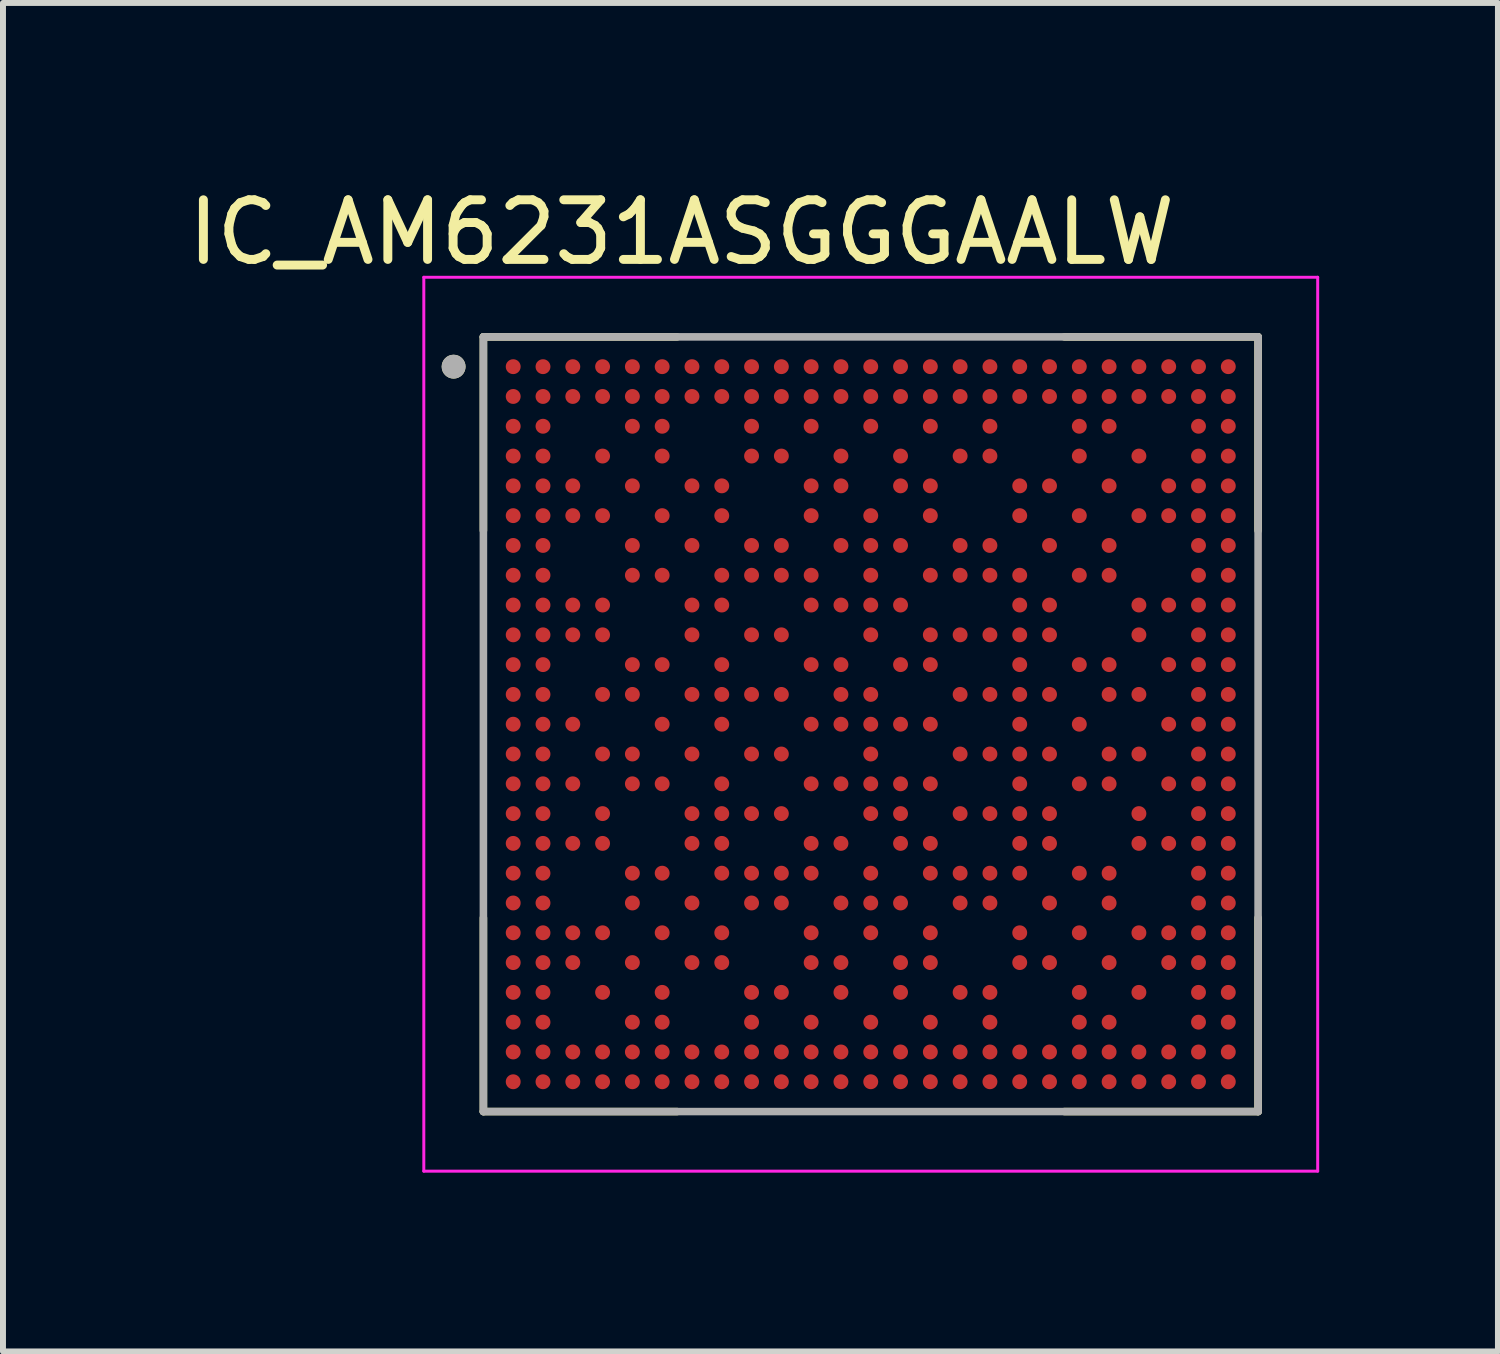
<source format=kicad_pcb>
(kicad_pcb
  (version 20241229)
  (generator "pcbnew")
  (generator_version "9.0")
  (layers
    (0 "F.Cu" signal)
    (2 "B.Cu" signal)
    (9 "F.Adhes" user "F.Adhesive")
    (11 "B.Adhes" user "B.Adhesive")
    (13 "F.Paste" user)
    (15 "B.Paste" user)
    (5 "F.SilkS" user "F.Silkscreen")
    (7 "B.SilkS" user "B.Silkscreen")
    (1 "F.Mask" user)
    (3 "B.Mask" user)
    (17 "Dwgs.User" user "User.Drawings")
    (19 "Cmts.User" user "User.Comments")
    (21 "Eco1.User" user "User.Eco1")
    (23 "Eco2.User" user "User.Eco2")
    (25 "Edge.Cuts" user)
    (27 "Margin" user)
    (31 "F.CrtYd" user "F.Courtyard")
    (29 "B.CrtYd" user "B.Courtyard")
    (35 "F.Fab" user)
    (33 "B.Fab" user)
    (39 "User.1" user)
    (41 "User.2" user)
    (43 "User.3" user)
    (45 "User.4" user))
  (footprint "IC_AM6231ASGGGAALW"
    (layer "F.Cu")
    (at 11.562 9.103)
    (property "Reference" "IC_AM6231ASGGGAALW" (at -3.175 -8.255 0) (layer "F.SilkS") (effects (font (size 1 1) (thickness 0.15))))
    (attr smd)
    (fp_circle (center -6 -6) (end -5.912 -6) (stroke (width 0.175) (type solid)) (fill no) (layer "F.Mask"))
    (fp_circle (center -6 -5.5) (end -5.912 -5.5) (stroke (width 0.175) (type solid)) (fill no) (layer "F.Mask"))
    (fp_circle (center -6 -5) (end -5.912 -5) (stroke (width 0.175) (type solid)) (fill no) (layer "F.Mask"))
    (fp_circle (center -6 -4.5) (end -5.912 -4.5) (stroke (width 0.175) (type solid)) (fill no) (layer "F.Mask"))
    (fp_circle (center -6 -4) (end -5.912 -4) (stroke (width 0.175) (type solid)) (fill no) (layer "F.Mask"))
    (fp_circle (center -6 -3.5) (end -5.912 -3.5) (stroke (width 0.175) (type solid)) (fill no) (layer "F.Mask"))
    (fp_circle (center -6 -3) (end -5.912 -3) (stroke (width 0.175) (type solid)) (fill no) (layer "F.Mask"))
    (fp_circle (center -6 -2.5) (end -5.912 -2.5) (stroke (width 0.175) (type solid)) (fill no) (layer "F.Mask"))
    (fp_circle (center -6 -2) (end -5.912 -2) (stroke (width 0.175) (type solid)) (fill no) (layer "F.Mask"))
    (fp_circle (center -6 -1.5) (end -5.912 -1.5) (stroke (width 0.175) (type solid)) (fill no) (layer "F.Mask"))
    (fp_circle (center -6 -1) (end -5.912 -1) (stroke (width 0.175) (type solid)) (fill no) (layer "F.Mask"))
    (fp_circle (center -6 -0.5) (end -5.912 -0.5) (stroke (width 0.175) (type solid)) (fill no) (layer "F.Mask"))
    (fp_circle (center -6 0) (end -5.912 0) (stroke (width 0.175) (type solid)) (fill no) (layer "F.Mask"))
    (fp_circle (center -6 0.5) (end -5.912 0.5) (stroke (width 0.175) (type solid)) (fill no) (layer "F.Mask"))
    (fp_circle (center -6 1) (end -5.912 1) (stroke (width 0.175) (type solid)) (fill no) (layer "F.Mask"))
    (fp_circle (center -6 1.5) (end -5.912 1.5) (stroke (width 0.175) (type solid)) (fill no) (layer "F.Mask"))
    (fp_circle (center -6 2) (end -5.912 2) (stroke (width 0.175) (type solid)) (fill no) (layer "F.Mask"))
    (fp_circle (center -6 2.5) (end -5.912 2.5) (stroke (width 0.175) (type solid)) (fill no) (layer "F.Mask"))
    (fp_circle (center -6 3) (end -5.912 3) (stroke (width 0.175) (type solid)) (fill no) (layer "F.Mask"))
    (fp_circle (center -6 3.5) (end -5.912 3.5) (stroke (width 0.175) (type solid)) (fill no) (layer "F.Mask"))
    (fp_circle (center -6 4) (end -5.912 4) (stroke (width 0.175) (type solid)) (fill no) (layer "F.Mask"))
    (fp_circle (center -6 4.5) (end -5.912 4.5) (stroke (width 0.175) (type solid)) (fill no) (layer "F.Mask"))
    (fp_circle (center -6 5) (end -5.912 5) (stroke (width 0.175) (type solid)) (fill no) (layer "F.Mask"))
    (fp_circle (center -6 5.5) (end -5.912 5.5) (stroke (width 0.175) (type solid)) (fill no) (layer "F.Mask"))
    (fp_circle (center -6 6) (end -5.912 6) (stroke (width 0.175) (type solid)) (fill no) (layer "F.Mask"))
    (fp_circle (center -5.5 -6) (end -5.412 -6) (stroke (width 0.175) (type solid)) (fill no) (layer "F.Mask"))
    (fp_circle (center -5.5 -5.5) (end -5.412 -5.5) (stroke (width 0.175) (type solid)) (fill no) (layer "F.Mask"))
    (fp_circle (center -5.5 -5) (end -5.412 -5) (stroke (width 0.175) (type solid)) (fill no) (layer "F.Mask"))
    (fp_circle (center -5.5 -4.5) (end -5.412 -4.5) (stroke (width 0.175) (type solid)) (fill no) (layer "F.Mask"))
    (fp_circle (center -5.5 -4) (end -5.412 -4) (stroke (width 0.175) (type solid)) (fill no) (layer "F.Mask"))
    (fp_circle (center -5.5 -3.5) (end -5.412 -3.5) (stroke (width 0.175) (type solid)) (fill no) (layer "F.Mask"))
    (fp_circle (center -5.5 -3) (end -5.412 -3) (stroke (width 0.175) (type solid)) (fill no) (layer "F.Mask"))
    (fp_circle (center -5.5 -2.5) (end -5.412 -2.5) (stroke (width 0.175) (type solid)) (fill no) (layer "F.Mask"))
    (fp_circle (center -5.5 -2) (end -5.412 -2) (stroke (width 0.175) (type solid)) (fill no) (layer "F.Mask"))
    (fp_circle (center -5.5 -1.5) (end -5.412 -1.5) (stroke (width 0.175) (type solid)) (fill no) (layer "F.Mask"))
    (fp_circle (center -5.5 -1) (end -5.412 -1) (stroke (width 0.175) (type solid)) (fill no) (layer "F.Mask"))
    (fp_circle (center -5.5 -0.5) (end -5.412 -0.5) (stroke (width 0.175) (type solid)) (fill no) (layer "F.Mask"))
    (fp_circle (center -5.5 0) (end -5.412 0) (stroke (width 0.175) (type solid)) (fill no) (layer "F.Mask"))
    (fp_circle (center -5.5 0.5) (end -5.412 0.5) (stroke (width 0.175) (type solid)) (fill no) (layer "F.Mask"))
    (fp_circle (center -5.5 1) (end -5.412 1) (stroke (width 0.175) (type solid)) (fill no) (layer "F.Mask"))
    (fp_circle (center -5.5 1.5) (end -5.412 1.5) (stroke (width 0.175) (type solid)) (fill no) (layer "F.Mask"))
    (fp_circle (center -5.5 2) (end -5.412 2) (stroke (width 0.175) (type solid)) (fill no) (layer "F.Mask"))
    (fp_circle (center -5.5 2.5) (end -5.412 2.5) (stroke (width 0.175) (type solid)) (fill no) (layer "F.Mask"))
    (fp_circle (center -5.5 3) (end -5.412 3) (stroke (width 0.175) (type solid)) (fill no) (layer "F.Mask"))
    (fp_circle (center -5.5 3.5) (end -5.412 3.5) (stroke (width 0.175) (type solid)) (fill no) (layer "F.Mask"))
    (fp_circle (center -5.5 4) (end -5.412 4) (stroke (width 0.175) (type solid)) (fill no) (layer "F.Mask"))
    (fp_circle (center -5.5 4.5) (end -5.412 4.5) (stroke (width 0.175) (type solid)) (fill no) (layer "F.Mask"))
    (fp_circle (center -5.5 5) (end -5.412 5) (stroke (width 0.175) (type solid)) (fill no) (layer "F.Mask"))
    (fp_circle (center -5.5 5.5) (end -5.412 5.5) (stroke (width 0.175) (type solid)) (fill no) (layer "F.Mask"))
    (fp_circle (center -5.5 6) (end -5.412 6) (stroke (width 0.175) (type solid)) (fill no) (layer "F.Mask"))
    (fp_circle (center -5 -6) (end -4.912 -6) (stroke (width 0.175) (type solid)) (fill no) (layer "F.Mask"))
    (fp_circle (center -5 -5.5) (end -4.912 -5.5) (stroke (width 0.175) (type solid)) (fill no) (layer "F.Mask"))
    (fp_circle (center -5 -4) (end -4.912 -4) (stroke (width 0.175) (type solid)) (fill no) (layer "F.Mask"))
    (fp_circle (center -5 -3.5) (end -4.912 -3.5) (stroke (width 0.175) (type solid)) (fill no) (layer "F.Mask"))
    (fp_circle (center -5 -2) (end -4.912 -2) (stroke (width 0.175) (type solid)) (fill no) (layer "F.Mask"))
    (fp_circle (center -5 -1.5) (end -4.912 -1.5) (stroke (width 0.175) (type solid)) (fill no) (layer "F.Mask"))
    (fp_circle (center -5 0) (end -4.912 0) (stroke (width 0.175) (type solid)) (fill no) (layer "F.Mask"))
    (fp_circle (center -5 1) (end -4.912 1) (stroke (width 0.175) (type solid)) (fill no) (layer "F.Mask"))
    (fp_circle (center -5 2) (end -4.912 2) (stroke (width 0.175) (type solid)) (fill no) (layer "F.Mask"))
    (fp_circle (center -5 3.5) (end -4.912 3.5) (stroke (width 0.175) (type solid)) (fill no) (layer "F.Mask"))
    (fp_circle (center -5 4) (end -4.912 4) (stroke (width 0.175) (type solid)) (fill no) (layer "F.Mask"))
    (fp_circle (center -5 5.5) (end -4.912 5.5) (stroke (width 0.175) (type solid)) (fill no) (layer "F.Mask"))
    (fp_circle (center -5 6) (end -4.912 6) (stroke (width 0.175) (type solid)) (fill no) (layer "F.Mask"))
    (fp_circle (center -4.5 -6) (end -4.412 -6) (stroke (width 0.175) (type solid)) (fill no) (layer "F.Mask"))
    (fp_circle (center -4.5 -5.5) (end -4.412 -5.5) (stroke (width 0.175) (type solid)) (fill no) (layer "F.Mask"))
    (fp_circle (center -4.5 -4.5) (end -4.412 -4.5) (stroke (width 0.175) (type solid)) (fill no) (layer "F.Mask"))
    (fp_circle (center -4.5 -3.5) (end -4.412 -3.5) (stroke (width 0.175) (type solid)) (fill no) (layer "F.Mask"))
    (fp_circle (center -4.5 -2) (end -4.412 -2) (stroke (width 0.175) (type solid)) (fill no) (layer "F.Mask"))
    (fp_circle (center -4.5 -1.5) (end -4.412 -1.5) (stroke (width 0.175) (type solid)) (fill no) (layer "F.Mask"))
    (fp_circle (center -4.5 -0.5) (end -4.412 -0.5) (stroke (width 0.175) (type solid)) (fill no) (layer "F.Mask"))
    (fp_circle (center -4.5 0.5) (end -4.412 0.5) (stroke (width 0.175) (type solid)) (fill no) (layer "F.Mask"))
    (fp_circle (center -4.5 1.5) (end -4.412 1.5) (stroke (width 0.175) (type solid)) (fill no) (layer "F.Mask"))
    (fp_circle (center -4.5 2) (end -4.412 2) (stroke (width 0.175) (type solid)) (fill no) (layer "F.Mask"))
    (fp_circle (center -4.5 3.5) (end -4.412 3.5) (stroke (width 0.175) (type solid)) (fill no) (layer "F.Mask"))
    (fp_circle (center -4.5 4.5) (end -4.412 4.5) (stroke (width 0.175) (type solid)) (fill no) (layer "F.Mask"))
    (fp_circle (center -4.5 5.5) (end -4.412 5.5) (stroke (width 0.175) (type solid)) (fill no) (layer "F.Mask"))
    (fp_circle (center -4.5 6) (end -4.412 6) (stroke (width 0.175) (type solid)) (fill no) (layer "F.Mask"))
    (fp_circle (center -4 -6) (end -3.913 -6) (stroke (width 0.175) (type solid)) (fill no) (layer "F.Mask"))
    (fp_circle (center -4 -5.5) (end -3.913 -5.5) (stroke (width 0.175) (type solid)) (fill no) (layer "F.Mask"))
    (fp_circle (center -4 -5) (end -3.913 -5) (stroke (width 0.175) (type solid)) (fill no) (layer "F.Mask"))
    (fp_circle (center -4 -4) (end -3.913 -4) (stroke (width 0.175) (type solid)) (fill no) (layer "F.Mask"))
    (fp_circle (center -4 -3) (end -3.913 -3) (stroke (width 0.175) (type solid)) (fill no) (layer "F.Mask"))
    (fp_circle (center -4 -2.5) (end -3.913 -2.5) (stroke (width 0.175) (type solid)) (fill no) (layer "F.Mask"))
    (fp_circle (center -4 -1) (end -3.913 -1) (stroke (width 0.175) (type solid)) (fill no) (layer "F.Mask"))
    (fp_circle (center -4 -0.5) (end -3.913 -0.5) (stroke (width 0.175) (type solid)) (fill no) (layer "F.Mask"))
    (fp_circle (center -4 0.5) (end -3.913 0.5) (stroke (width 0.175) (type solid)) (fill no) (layer "F.Mask"))
    (fp_circle (center -4 1) (end -3.913 1) (stroke (width 0.175) (type solid)) (fill no) (layer "F.Mask"))
    (fp_circle (center -4 2.5) (end -3.913 2.5) (stroke (width 0.175) (type solid)) (fill no) (layer "F.Mask"))
    (fp_circle (center -4 3) (end -3.913 3) (stroke (width 0.175) (type solid)) (fill no) (layer "F.Mask"))
    (fp_circle (center -4 4) (end -3.913 4) (stroke (width 0.175) (type solid)) (fill no) (layer "F.Mask"))
    (fp_circle (center -4 5) (end -3.913 5) (stroke (width 0.175) (type solid)) (fill no) (layer "F.Mask"))
    (fp_circle (center -4 5.5) (end -3.913 5.5) (stroke (width 0.175) (type solid)) (fill no) (layer "F.Mask"))
    (fp_circle (center -4 6) (end -3.913 6) (stroke (width 0.175) (type solid)) (fill no) (layer "F.Mask"))
    (fp_circle (center -3.5 -6) (end -3.413 -6) (stroke (width 0.175) (type solid)) (fill no) (layer "F.Mask"))
    (fp_circle (center -3.5 -5.5) (end -3.413 -5.5) (stroke (width 0.175) (type solid)) (fill no) (layer "F.Mask"))
    (fp_circle (center -3.5 -5) (end -3.413 -5) (stroke (width 0.175) (type solid)) (fill no) (layer "F.Mask"))
    (fp_circle (center -3.5 -4.5) (end -3.413 -4.5) (stroke (width 0.175) (type solid)) (fill no) (layer "F.Mask"))
    (fp_circle (center -3.5 -3.5) (end -3.413 -3.5) (stroke (width 0.175) (type solid)) (fill no) (layer "F.Mask"))
    (fp_circle (center -3.5 -2.5) (end -3.413 -2.5) (stroke (width 0.175) (type solid)) (fill no) (layer "F.Mask"))
    (fp_circle (center -3.5 -1) (end -3.413 -1) (stroke (width 0.175) (type solid)) (fill no) (layer "F.Mask"))
    (fp_circle (center -3.5 0) (end -3.413 0) (stroke (width 0.175) (type solid)) (fill no) (layer "F.Mask"))
    (fp_circle (center -3.5 1) (end -3.413 1) (stroke (width 0.175) (type solid)) (fill no) (layer "F.Mask"))
    (fp_circle (center -3.5 2.5) (end -3.413 2.5) (stroke (width 0.175) (type solid)) (fill no) (layer "F.Mask"))
    (fp_circle (center -3.5 3.5) (end -3.413 3.5) (stroke (width 0.175) (type solid)) (fill no) (layer "F.Mask"))
    (fp_circle (center -3.5 4.5) (end -3.413 4.5) (stroke (width 0.175) (type solid)) (fill no) (layer "F.Mask"))
    (fp_circle (center -3.5 5) (end -3.413 5) (stroke (width 0.175) (type solid)) (fill no) (layer "F.Mask"))
    (fp_circle (center -3.5 5.5) (end -3.413 5.5) (stroke (width 0.175) (type solid)) (fill no) (layer "F.Mask"))
    (fp_circle (center -3.5 6) (end -3.413 6) (stroke (width 0.175) (type solid)) (fill no) (layer "F.Mask"))
    (fp_circle (center -3 -6) (end -2.913 -6) (stroke (width 0.175) (type solid)) (fill no) (layer "F.Mask"))
    (fp_circle (center -3 -5.5) (end -2.913 -5.5) (stroke (width 0.175) (type solid)) (fill no) (layer "F.Mask"))
    (fp_circle (center -3 -4) (end -2.913 -4) (stroke (width 0.175) (type solid)) (fill no) (layer "F.Mask"))
    (fp_circle (center -3 -3) (end -2.913 -3) (stroke (width 0.175) (type solid)) (fill no) (layer "F.Mask"))
    (fp_circle (center -3 -2) (end -2.913 -2) (stroke (width 0.175) (type solid)) (fill no) (layer "F.Mask"))
    (fp_circle (center -3 -1.5) (end -2.913 -1.5) (stroke (width 0.175) (type solid)) (fill no) (layer "F.Mask"))
    (fp_circle (center -3 -0.5) (end -2.913 -0.5) (stroke (width 0.175) (type solid)) (fill no) (layer "F.Mask"))
    (fp_circle (center -3 0.5) (end -2.913 0.5) (stroke (width 0.175) (type solid)) (fill no) (layer "F.Mask"))
    (fp_circle (center -3 1.5) (end -2.913 1.5) (stroke (width 0.175) (type solid)) (fill no) (layer "F.Mask"))
    (fp_circle (center -3 2) (end -2.913 2) (stroke (width 0.175) (type solid)) (fill no) (layer "F.Mask"))
    (fp_circle (center -3 3) (end -2.913 3) (stroke (width 0.175) (type solid)) (fill no) (layer "F.Mask"))
    (fp_circle (center -3 4) (end -2.913 4) (stroke (width 0.175) (type solid)) (fill no) (layer "F.Mask"))
    (fp_circle (center -3 5.5) (end -2.913 5.5) (stroke (width 0.175) (type solid)) (fill no) (layer "F.Mask"))
    (fp_circle (center -3 6) (end -2.913 6) (stroke (width 0.175) (type solid)) (fill no) (layer "F.Mask"))
    (fp_circle (center -2.5 -6) (end -2.413 -6) (stroke (width 0.175) (type solid)) (fill no) (layer "F.Mask"))
    (fp_circle (center -2.5 -5.5) (end -2.413 -5.5) (stroke (width 0.175) (type solid)) (fill no) (layer "F.Mask"))
    (fp_circle (center -2.5 -4) (end -2.413 -4) (stroke (width 0.175) (type solid)) (fill no) (layer "F.Mask"))
    (fp_circle (center -2.5 -3.5) (end -2.413 -3.5) (stroke (width 0.175) (type solid)) (fill no) (layer "F.Mask"))
    (fp_circle (center -2.5 -2.5) (end -2.413 -2.5) (stroke (width 0.175) (type solid)) (fill no) (layer "F.Mask"))
    (fp_circle (center -2.5 -2) (end -2.413 -2) (stroke (width 0.175) (type solid)) (fill no) (layer "F.Mask"))
    (fp_circle (center -2.5 -1) (end -2.413 -1) (stroke (width 0.175) (type solid)) (fill no) (layer "F.Mask"))
    (fp_circle (center -2.5 -0.5) (end -2.413 -0.5) (stroke (width 0.175) (type solid)) (fill no) (layer "F.Mask"))
    (fp_circle (center -2.5 0) (end -2.413 0) (stroke (width 0.175) (type solid)) (fill no) (layer "F.Mask"))
    (fp_circle (center -2.5 1) (end -2.413 1) (stroke (width 0.175) (type solid)) (fill no) (layer "F.Mask"))
    (fp_circle (center -2.5 1.5) (end -2.413 1.5) (stroke (width 0.175) (type solid)) (fill no) (layer "F.Mask"))
    (fp_circle (center -2.5 2) (end -2.413 2) (stroke (width 0.175) (type solid)) (fill no) (layer "F.Mask"))
    (fp_circle (center -2.5 2.5) (end -2.413 2.5) (stroke (width 0.175) (type solid)) (fill no) (layer "F.Mask"))
    (fp_circle (center -2.5 3.5) (end -2.413 3.5) (stroke (width 0.175) (type solid)) (fill no) (layer "F.Mask"))
    (fp_circle (center -2.5 4) (end -2.413 4) (stroke (width 0.175) (type solid)) (fill no) (layer "F.Mask"))
    (fp_circle (center -2.5 5.5) (end -2.413 5.5) (stroke (width 0.175) (type solid)) (fill no) (layer "F.Mask"))
    (fp_circle (center -2.5 6) (end -2.413 6) (stroke (width 0.175) (type solid)) (fill no) (layer "F.Mask"))
    (fp_circle (center -2 -6) (end -1.913 -6) (stroke (width 0.175) (type solid)) (fill no) (layer "F.Mask"))
    (fp_circle (center -2 -5.5) (end -1.913 -5.5) (stroke (width 0.175) (type solid)) (fill no) (layer "F.Mask"))
    (fp_circle (center -2 -5) (end -1.913 -5) (stroke (width 0.175) (type solid)) (fill no) (layer "F.Mask"))
    (fp_circle (center -2 -4.5) (end -1.913 -4.5) (stroke (width 0.175) (type solid)) (fill no) (layer "F.Mask"))
    (fp_circle (center -2 -3) (end -1.913 -3) (stroke (width 0.175) (type solid)) (fill no) (layer "F.Mask"))
    (fp_circle (center -2 -2.5) (end -1.913 -2.5) (stroke (width 0.175) (type solid)) (fill no) (layer "F.Mask"))
    (fp_circle (center -2 -1.5) (end -1.913 -1.5) (stroke (width 0.175) (type solid)) (fill no) (layer "F.Mask"))
    (fp_circle (center -2 -0.5) (end -1.913 -0.5) (stroke (width 0.175) (type solid)) (fill no) (layer "F.Mask"))
    (fp_circle (center -2 0.5) (end -1.913 0.5) (stroke (width 0.175) (type solid)) (fill no) (layer "F.Mask"))
    (fp_circle (center -2 1.5) (end -1.913 1.5) (stroke (width 0.175) (type solid)) (fill no) (layer "F.Mask"))
    (fp_circle (center -2 2.5) (end -1.913 2.5) (stroke (width 0.175) (type solid)) (fill no) (layer "F.Mask"))
    (fp_circle (center -2 3) (end -1.913 3) (stroke (width 0.175) (type solid)) (fill no) (layer "F.Mask"))
    (fp_circle (center -2 4.5) (end -1.913 4.5) (stroke (width 0.175) (type solid)) (fill no) (layer "F.Mask"))
    (fp_circle (center -2 5) (end -1.913 5) (stroke (width 0.175) (type solid)) (fill no) (layer "F.Mask"))
    (fp_circle (center -2 5.5) (end -1.913 5.5) (stroke (width 0.175) (type solid)) (fill no) (layer "F.Mask"))
    (fp_circle (center -2 6) (end -1.913 6) (stroke (width 0.175) (type solid)) (fill no) (layer "F.Mask"))
    (fp_circle (center -1.5 -6) (end -1.413 -6) (stroke (width 0.175) (type solid)) (fill no) (layer "F.Mask"))
    (fp_circle (center -1.5 -5.5) (end -1.413 -5.5) (stroke (width 0.175) (type solid)) (fill no) (layer "F.Mask"))
    (fp_circle (center -1.5 -4.5) (end -1.413 -4.5) (stroke (width 0.175) (type solid)) (fill no) (layer "F.Mask"))
    (fp_circle (center -1.5 -3) (end -1.413 -3) (stroke (width 0.175) (type solid)) (fill no) (layer "F.Mask"))
    (fp_circle (center -1.5 -2.5) (end -1.413 -2.5) (stroke (width 0.175) (type solid)) (fill no) (layer "F.Mask"))
    (fp_circle (center -1.5 -1.5) (end -1.413 -1.5) (stroke (width 0.175) (type solid)) (fill no) (layer "F.Mask"))
    (fp_circle (center -1.5 -0.5) (end -1.413 -0.5) (stroke (width 0.175) (type solid)) (fill no) (layer "F.Mask"))
    (fp_circle (center -1.5 0.5) (end -1.413 0.5) (stroke (width 0.175) (type solid)) (fill no) (layer "F.Mask"))
    (fp_circle (center -1.5 1.5) (end -1.413 1.5) (stroke (width 0.175) (type solid)) (fill no) (layer "F.Mask"))
    (fp_circle (center -1.5 2.5) (end -1.413 2.5) (stroke (width 0.175) (type solid)) (fill no) (layer "F.Mask"))
    (fp_circle (center -1.5 3) (end -1.413 3) (stroke (width 0.175) (type solid)) (fill no) (layer "F.Mask"))
    (fp_circle (center -1.5 4.5) (end -1.413 4.5) (stroke (width 0.175) (type solid)) (fill no) (layer "F.Mask"))
    (fp_circle (center -1.5 5.5) (end -1.413 5.5) (stroke (width 0.175) (type solid)) (fill no) (layer "F.Mask"))
    (fp_circle (center -1.5 6) (end -1.413 6) (stroke (width 0.175) (type solid)) (fill no) (layer "F.Mask"))
    (fp_circle (center -1 -6) (end -0.912 -6) (stroke (width 0.175) (type solid)) (fill no) (layer "F.Mask"))
    (fp_circle (center -1 -5.5) (end -0.912 -5.5) (stroke (width 0.175) (type solid)) (fill no) (layer "F.Mask"))
    (fp_circle (center -1 -5) (end -0.912 -5) (stroke (width 0.175) (type solid)) (fill no) (layer "F.Mask"))
    (fp_circle (center -1 -4) (end -0.912 -4) (stroke (width 0.175) (type solid)) (fill no) (layer "F.Mask"))
    (fp_circle (center -1 -3.5) (end -0.912 -3.5) (stroke (width 0.175) (type solid)) (fill no) (layer "F.Mask"))
    (fp_circle (center -1 -2.5) (end -0.912 -2.5) (stroke (width 0.175) (type solid)) (fill no) (layer "F.Mask"))
    (fp_circle (center -1 -2) (end -0.912 -2) (stroke (width 0.175) (type solid)) (fill no) (layer "F.Mask"))
    (fp_circle (center -1 -1) (end -0.912 -1) (stroke (width 0.175) (type solid)) (fill no) (layer "F.Mask"))
    (fp_circle (center -1 0) (end -0.912 0) (stroke (width 0.175) (type solid)) (fill no) (layer "F.Mask"))
    (fp_circle (center -1 1) (end -0.912 1) (stroke (width 0.175) (type solid)) (fill no) (layer "F.Mask"))
    (fp_circle (center -1 2) (end -0.912 2) (stroke (width 0.175) (type solid)) (fill no) (layer "F.Mask"))
    (fp_circle (center -1 2.5) (end -0.912 2.5) (stroke (width 0.175) (type solid)) (fill no) (layer "F.Mask"))
    (fp_circle (center -1 3.5) (end -0.912 3.5) (stroke (width 0.175) (type solid)) (fill no) (layer "F.Mask"))
    (fp_circle (center -1 4) (end -0.912 4) (stroke (width 0.175) (type solid)) (fill no) (layer "F.Mask"))
    (fp_circle (center -1 5) (end -0.912 5) (stroke (width 0.175) (type solid)) (fill no) (layer "F.Mask"))
    (fp_circle (center -1 5.5) (end -0.912 5.5) (stroke (width 0.175) (type solid)) (fill no) (layer "F.Mask"))
    (fp_circle (center -1 6) (end -0.912 6) (stroke (width 0.175) (type solid)) (fill no) (layer "F.Mask"))
    (fp_circle (center -0.5 -6) (end -0.412 -6) (stroke (width 0.175) (type solid)) (fill no) (layer "F.Mask"))
    (fp_circle (center -0.5 -5.5) (end -0.412 -5.5) (stroke (width 0.175) (type solid)) (fill no) (layer "F.Mask"))
    (fp_circle (center -0.5 -4.5) (end -0.412 -4.5) (stroke (width 0.175) (type solid)) (fill no) (layer "F.Mask"))
    (fp_circle (center -0.5 -4) (end -0.412 -4) (stroke (width 0.175) (type solid)) (fill no) (layer "F.Mask"))
    (fp_circle (center -0.5 -3) (end -0.412 -3) (stroke (width 0.175) (type solid)) (fill no) (layer "F.Mask"))
    (fp_circle (center -0.5 -2) (end -0.412 -2) (stroke (width 0.175) (type solid)) (fill no) (layer "F.Mask"))
    (fp_circle (center -0.5 -1) (end -0.412 -1) (stroke (width 0.175) (type solid)) (fill no) (layer "F.Mask"))
    (fp_circle (center -0.5 -0.5) (end -0.412 -0.5) (stroke (width 0.175) (type solid)) (fill no) (layer "F.Mask"))
    (fp_circle (center -0.5 0) (end -0.412 0) (stroke (width 0.175) (type solid)) (fill no) (layer "F.Mask"))
    (fp_circle (center -0.5 1) (end -0.412 1) (stroke (width 0.175) (type solid)) (fill no) (layer "F.Mask"))
    (fp_circle (center -0.5 2) (end -0.412 2) (stroke (width 0.175) (type solid)) (fill no) (layer "F.Mask"))
    (fp_circle (center -0.5 3) (end -0.412 3) (stroke (width 0.175) (type solid)) (fill no) (layer "F.Mask"))
    (fp_circle (center -0.5 4) (end -0.412 4) (stroke (width 0.175) (type solid)) (fill no) (layer "F.Mask"))
    (fp_circle (center -0.5 4.5) (end -0.412 4.5) (stroke (width 0.175) (type solid)) (fill no) (layer "F.Mask"))
    (fp_circle (center -0.5 5.5) (end -0.412 5.5) (stroke (width 0.175) (type solid)) (fill no) (layer "F.Mask"))
    (fp_circle (center -0.5 6) (end -0.412 6) (stroke (width 0.175) (type solid)) (fill no) (layer "F.Mask"))
    (fp_circle (center 0 -6) (end 0.087 -6) (stroke (width 0.175) (type solid)) (fill no) (layer "F.Mask"))
    (fp_circle (center 0 -5.5) (end 0.087 -5.5) (stroke (width 0.175) (type solid)) (fill no) (layer "F.Mask"))
    (fp_circle (center 0 -5) (end 0.087 -5) (stroke (width 0.175) (type solid)) (fill no) (layer "F.Mask"))
    (fp_circle (center 0 -3.5) (end 0.087 -3.5) (stroke (width 0.175) (type solid)) (fill no) (layer "F.Mask"))
    (fp_circle (center 0 -3) (end 0.087 -3) (stroke (width 0.175) (type solid)) (fill no) (layer "F.Mask"))
    (fp_circle (center 0 -2.5) (end 0.087 -2.5) (stroke (width 0.175) (type solid)) (fill no) (layer "F.Mask"))
    (fp_circle (center 0 -2) (end 0.087 -2) (stroke (width 0.175) (type solid)) (fill no) (layer "F.Mask"))
    (fp_circle (center 0 -1.5) (end 0.087 -1.5) (stroke (width 0.175) (type solid)) (fill no) (layer "F.Mask"))
    (fp_circle (center 0 -0.5) (end 0.087 -0.5) (stroke (width 0.175) (type solid)) (fill no) (layer "F.Mask"))
    (fp_circle (center 0 0) (end 0.087 0) (stroke (width 0.175) (type solid)) (fill no) (layer "F.Mask"))
    (fp_circle (center 0 0.5) (end 0.087 0.5) (stroke (width 0.175) (type solid)) (fill no) (layer "F.Mask"))
    (fp_circle (center 0 1) (end 0.087 1) (stroke (width 0.175) (type solid)) (fill no) (layer "F.Mask"))
    (fp_circle (center 0 1.5) (end 0.087 1.5) (stroke (width 0.175) (type solid)) (fill no) (layer "F.Mask"))
    (fp_circle (center 0 2.5) (end 0.087 2.5) (stroke (width 0.175) (type solid)) (fill no) (layer "F.Mask"))
    (fp_circle (center 0 3) (end 0.087 3) (stroke (width 0.175) (type solid)) (fill no) (layer "F.Mask"))
    (fp_circle (center 0 3.5) (end 0.087 3.5) (stroke (width 0.175) (type solid)) (fill no) (layer "F.Mask"))
    (fp_circle (center 0 5) (end 0.087 5) (stroke (width 0.175) (type solid)) (fill no) (layer "F.Mask"))
    (fp_circle (center 0 5.5) (end 0.087 5.5) (stroke (width 0.175) (type solid)) (fill no) (layer "F.Mask"))
    (fp_circle (center 0 6) (end 0.087 6) (stroke (width 0.175) (type solid)) (fill no) (layer "F.Mask"))
    (fp_circle (center 0.5 -6) (end 0.588 -6) (stroke (width 0.175) (type solid)) (fill no) (layer "F.Mask"))
    (fp_circle (center 0.5 -5.5) (end 0.588 -5.5) (stroke (width 0.175) (type solid)) (fill no) (layer "F.Mask"))
    (fp_circle (center 0.5 -4.5) (end 0.588 -4.5) (stroke (width 0.175) (type solid)) (fill no) (layer "F.Mask"))
    (fp_circle (center 0.5 -4) (end 0.588 -4) (stroke (width 0.175) (type solid)) (fill no) (layer "F.Mask"))
    (fp_circle (center 0.5 -3) (end 0.588 -3) (stroke (width 0.175) (type solid)) (fill no) (layer "F.Mask"))
    (fp_circle (center 0.5 -2) (end 0.588 -2) (stroke (width 0.175) (type solid)) (fill no) (layer "F.Mask"))
    (fp_circle (center 0.5 -1) (end 0.588 -1) (stroke (width 0.175) (type solid)) (fill no) (layer "F.Mask"))
    (fp_circle (center 0.5 0) (end 0.588 0) (stroke (width 0.175) (type solid)) (fill no) (layer "F.Mask"))
    (fp_circle (center 0.5 1) (end 0.588 1) (stroke (width 0.175) (type solid)) (fill no) (layer "F.Mask"))
    (fp_circle (center 0.5 1.5) (end 0.588 1.5) (stroke (width 0.175) (type solid)) (fill no) (layer "F.Mask"))
    (fp_circle (center 0.5 2) (end 0.588 2) (stroke (width 0.175) (type solid)) (fill no) (layer "F.Mask"))
    (fp_circle (center 0.5 3) (end 0.588 3) (stroke (width 0.175) (type solid)) (fill no) (layer "F.Mask"))
    (fp_circle (center 0.5 4) (end 0.588 4) (stroke (width 0.175) (type solid)) (fill no) (layer "F.Mask"))
    (fp_circle (center 0.5 4.5) (end 0.588 4.5) (stroke (width 0.175) (type solid)) (fill no) (layer "F.Mask"))
    (fp_circle (center 0.5 5.5) (end 0.588 5.5) (stroke (width 0.175) (type solid)) (fill no) (layer "F.Mask"))
    (fp_circle (center 0.5 6) (end 0.588 6) (stroke (width 0.175) (type solid)) (fill no) (layer "F.Mask"))
    (fp_circle (center 1 -6) (end 1.087 -6) (stroke (width 0.175) (type solid)) (fill no) (layer "F.Mask"))
    (fp_circle (center 1 -5.5) (end 1.087 -5.5) (stroke (width 0.175) (type solid)) (fill no) (layer "F.Mask"))
    (fp_circle (center 1 -5) (end 1.087 -5) (stroke (width 0.175) (type solid)) (fill no) (layer "F.Mask"))
    (fp_circle (center 1 -4) (end 1.087 -4) (stroke (width 0.175) (type solid)) (fill no) (layer "F.Mask"))
    (fp_circle (center 1 -3.5) (end 1.087 -3.5) (stroke (width 0.175) (type solid)) (fill no) (layer "F.Mask"))
    (fp_circle (center 1 -2.5) (end 1.087 -2.5) (stroke (width 0.175) (type solid)) (fill no) (layer "F.Mask"))
    (fp_circle (center 1 -1.5) (end 1.087 -1.5) (stroke (width 0.175) (type solid)) (fill no) (layer "F.Mask"))
    (fp_circle (center 1 -1) (end 1.087 -1) (stroke (width 0.175) (type solid)) (fill no) (layer "F.Mask"))
    (fp_circle (center 1 0) (end 1.087 0) (stroke (width 0.175) (type solid)) (fill no) (layer "F.Mask"))
    (fp_circle (center 1 1) (end 1.087 1) (stroke (width 0.175) (type solid)) (fill no) (layer "F.Mask"))
    (fp_circle (center 1 2) (end 1.087 2) (stroke (width 0.175) (type solid)) (fill no) (layer "F.Mask"))
    (fp_circle (center 1 2.5) (end 1.087 2.5) (stroke (width 0.175) (type solid)) (fill no) (layer "F.Mask"))
    (fp_circle (center 1 3.5) (end 1.087 3.5) (stroke (width 0.175) (type solid)) (fill no) (layer "F.Mask"))
    (fp_circle (center 1 4) (end 1.087 4) (stroke (width 0.175) (type solid)) (fill no) (layer "F.Mask"))
    (fp_circle (center 1 5) (end 1.087 5) (stroke (width 0.175) (type solid)) (fill no) (layer "F.Mask"))
    (fp_circle (center 1 5.5) (end 1.087 5.5) (stroke (width 0.175) (type solid)) (fill no) (layer "F.Mask"))
    (fp_circle (center 1 6) (end 1.087 6) (stroke (width 0.175) (type solid)) (fill no) (layer "F.Mask"))
    (fp_circle (center 1.5 -6) (end 1.587 -6) (stroke (width 0.175) (type solid)) (fill no) (layer "F.Mask"))
    (fp_circle (center 1.5 -5.5) (end 1.587 -5.5) (stroke (width 0.175) (type solid)) (fill no) (layer "F.Mask"))
    (fp_circle (center 1.5 -4.5) (end 1.587 -4.5) (stroke (width 0.175) (type solid)) (fill no) (layer "F.Mask"))
    (fp_circle (center 1.5 -3) (end 1.587 -3) (stroke (width 0.175) (type solid)) (fill no) (layer "F.Mask"))
    (fp_circle (center 1.5 -2.5) (end 1.587 -2.5) (stroke (width 0.175) (type solid)) (fill no) (layer "F.Mask"))
    (fp_circle (center 1.5 -1.5) (end 1.587 -1.5) (stroke (width 0.175) (type solid)) (fill no) (layer "F.Mask"))
    (fp_circle (center 1.5 -0.5) (end 1.587 -0.5) (stroke (width 0.175) (type solid)) (fill no) (layer "F.Mask"))
    (fp_circle (center 1.5 0.5) (end 1.587 0.5) (stroke (width 0.175) (type solid)) (fill no) (layer "F.Mask"))
    (fp_circle (center 1.5 1.5) (end 1.587 1.5) (stroke (width 0.175) (type solid)) (fill no) (layer "F.Mask"))
    (fp_circle (center 1.5 2.5) (end 1.587 2.5) (stroke (width 0.175) (type solid)) (fill no) (layer "F.Mask"))
    (fp_circle (center 1.5 3) (end 1.587 3) (stroke (width 0.175) (type solid)) (fill no) (layer "F.Mask"))
    (fp_circle (center 1.5 4.5) (end 1.587 4.5) (stroke (width 0.175) (type solid)) (fill no) (layer "F.Mask"))
    (fp_circle (center 1.5 5.5) (end 1.587 5.5) (stroke (width 0.175) (type solid)) (fill no) (layer "F.Mask"))
    (fp_circle (center 1.5 6) (end 1.587 6) (stroke (width 0.175) (type solid)) (fill no) (layer "F.Mask"))
    (fp_circle (center 2 -6) (end 2.087 -6) (stroke (width 0.175) (type solid)) (fill no) (layer "F.Mask"))
    (fp_circle (center 2 -5.5) (end 2.087 -5.5) (stroke (width 0.175) (type solid)) (fill no) (layer "F.Mask"))
    (fp_circle (center 2 -5) (end 2.087 -5) (stroke (width 0.175) (type solid)) (fill no) (layer "F.Mask"))
    (fp_circle (center 2 -4.5) (end 2.087 -4.5) (stroke (width 0.175) (type solid)) (fill no) (layer "F.Mask"))
    (fp_circle (center 2 -3) (end 2.087 -3) (stroke (width 0.175) (type solid)) (fill no) (layer "F.Mask"))
    (fp_circle (center 2 -2.5) (end 2.087 -2.5) (stroke (width 0.175) (type solid)) (fill no) (layer "F.Mask"))
    (fp_circle (center 2 -1.5) (end 2.087 -1.5) (stroke (width 0.175) (type solid)) (fill no) (layer "F.Mask"))
    (fp_circle (center 2 -0.5) (end 2.087 -0.5) (stroke (width 0.175) (type solid)) (fill no) (layer "F.Mask"))
    (fp_circle (center 2 0.5) (end 2.087 0.5) (stroke (width 0.175) (type solid)) (fill no) (layer "F.Mask"))
    (fp_circle (center 2 1.5) (end 2.087 1.5) (stroke (width 0.175) (type solid)) (fill no) (layer "F.Mask"))
    (fp_circle (center 2 2.5) (end 2.087 2.5) (stroke (width 0.175) (type solid)) (fill no) (layer "F.Mask"))
    (fp_circle (center 2 3) (end 2.087 3) (stroke (width 0.175) (type solid)) (fill no) (layer "F.Mask"))
    (fp_circle (center 2 4.5) (end 2.087 4.5) (stroke (width 0.175) (type solid)) (fill no) (layer "F.Mask"))
    (fp_circle (center 2 5) (end 2.087 5) (stroke (width 0.175) (type solid)) (fill no) (layer "F.Mask"))
    (fp_circle (center 2 5.5) (end 2.087 5.5) (stroke (width 0.175) (type solid)) (fill no) (layer "F.Mask"))
    (fp_circle (center 2 6) (end 2.087 6) (stroke (width 0.175) (type solid)) (fill no) (layer "F.Mask"))
    (fp_circle (center 2.5 -6) (end 2.587 -6) (stroke (width 0.175) (type solid)) (fill no) (layer "F.Mask"))
    (fp_circle (center 2.5 -5.5) (end 2.587 -5.5) (stroke (width 0.175) (type solid)) (fill no) (layer "F.Mask"))
    (fp_circle (center 2.5 -4) (end 2.587 -4) (stroke (width 0.175) (type solid)) (fill no) (layer "F.Mask"))
    (fp_circle (center 2.5 -3.5) (end 2.587 -3.5) (stroke (width 0.175) (type solid)) (fill no) (layer "F.Mask"))
    (fp_circle (center 2.5 -2.5) (end 2.587 -2.5) (stroke (width 0.175) (type solid)) (fill no) (layer "F.Mask"))
    (fp_circle (center 2.5 -2) (end 2.587 -2) (stroke (width 0.175) (type solid)) (fill no) (layer "F.Mask"))
    (fp_circle (center 2.5 -1.5) (end 2.587 -1.5) (stroke (width 0.175) (type solid)) (fill no) (layer "F.Mask"))
    (fp_circle (center 2.5 -1) (end 2.587 -1) (stroke (width 0.175) (type solid)) (fill no) (layer "F.Mask"))
    (fp_circle (center 2.5 -0.5) (end 2.587 -0.5) (stroke (width 0.175) (type solid)) (fill no) (layer "F.Mask"))
    (fp_circle (center 2.5 0) (end 2.587 0) (stroke (width 0.175) (type solid)) (fill no) (layer "F.Mask"))
    (fp_circle (center 2.5 0.5) (end 2.587 0.5) (stroke (width 0.175) (type solid)) (fill no) (layer "F.Mask"))
    (fp_circle (center 2.5 1) (end 2.587 1) (stroke (width 0.175) (type solid)) (fill no) (layer "F.Mask"))
    (fp_circle (center 2.5 1.5) (end 2.587 1.5) (stroke (width 0.175) (type solid)) (fill no) (layer "F.Mask"))
    (fp_circle (center 2.5 2) (end 2.587 2) (stroke (width 0.175) (type solid)) (fill no) (layer "F.Mask"))
    (fp_circle (center 2.5 2.5) (end 2.587 2.5) (stroke (width 0.175) (type solid)) (fill no) (layer "F.Mask"))
    (fp_circle (center 2.5 3.5) (end 2.587 3.5) (stroke (width 0.175) (type solid)) (fill no) (layer "F.Mask"))
    (fp_circle (center 2.5 4) (end 2.587 4) (stroke (width 0.175) (type solid)) (fill no) (layer "F.Mask"))
    (fp_circle (center 2.5 5.5) (end 2.587 5.5) (stroke (width 0.175) (type solid)) (fill no) (layer "F.Mask"))
    (fp_circle (center 2.5 6) (end 2.587 6) (stroke (width 0.175) (type solid)) (fill no) (layer "F.Mask"))
    (fp_circle (center 3 -6) (end 3.087 -6) (stroke (width 0.175) (type solid)) (fill no) (layer "F.Mask"))
    (fp_circle (center 3 -5.5) (end 3.087 -5.5) (stroke (width 0.175) (type solid)) (fill no) (layer "F.Mask"))
    (fp_circle (center 3 -4) (end 3.087 -4) (stroke (width 0.175) (type solid)) (fill no) (layer "F.Mask"))
    (fp_circle (center 3 -3) (end 3.087 -3) (stroke (width 0.175) (type solid)) (fill no) (layer "F.Mask"))
    (fp_circle (center 3 -2) (end 3.087 -2) (stroke (width 0.175) (type solid)) (fill no) (layer "F.Mask"))
    (fp_circle (center 3 -1.5) (end 3.087 -1.5) (stroke (width 0.175) (type solid)) (fill no) (layer "F.Mask"))
    (fp_circle (center 3 -0.5) (end 3.087 -0.5) (stroke (width 0.175) (type solid)) (fill no) (layer "F.Mask"))
    (fp_circle (center 3 0.5) (end 3.087 0.5) (stroke (width 0.175) (type solid)) (fill no) (layer "F.Mask"))
    (fp_circle (center 3 1.5) (end 3.087 1.5) (stroke (width 0.175) (type solid)) (fill no) (layer "F.Mask"))
    (fp_circle (center 3 2) (end 3.087 2) (stroke (width 0.175) (type solid)) (fill no) (layer "F.Mask"))
    (fp_circle (center 3 3) (end 3.087 3) (stroke (width 0.175) (type solid)) (fill no) (layer "F.Mask"))
    (fp_circle (center 3 4) (end 3.087 4) (stroke (width 0.175) (type solid)) (fill no) (layer "F.Mask"))
    (fp_circle (center 3 5.5) (end 3.087 5.5) (stroke (width 0.175) (type solid)) (fill no) (layer "F.Mask"))
    (fp_circle (center 3 6) (end 3.087 6) (stroke (width 0.175) (type solid)) (fill no) (layer "F.Mask"))
    (fp_circle (center 3.5 -6) (end 3.587 -6) (stroke (width 0.175) (type solid)) (fill no) (layer "F.Mask"))
    (fp_circle (center 3.5 -5.5) (end 3.587 -5.5) (stroke (width 0.175) (type solid)) (fill no) (layer "F.Mask"))
    (fp_circle (center 3.5 -5) (end 3.587 -5) (stroke (width 0.175) (type solid)) (fill no) (layer "F.Mask"))
    (fp_circle (center 3.5 -4.5) (end 3.587 -4.5) (stroke (width 0.175) (type solid)) (fill no) (layer "F.Mask"))
    (fp_circle (center 3.5 -3.5) (end 3.587 -3.5) (stroke (width 0.175) (type solid)) (fill no) (layer "F.Mask"))
    (fp_circle (center 3.5 -2.5) (end 3.587 -2.5) (stroke (width 0.175) (type solid)) (fill no) (layer "F.Mask"))
    (fp_circle (center 3.5 -1) (end 3.587 -1) (stroke (width 0.175) (type solid)) (fill no) (layer "F.Mask"))
    (fp_circle (center 3.5 0) (end 3.587 0) (stroke (width 0.175) (type solid)) (fill no) (layer "F.Mask"))
    (fp_circle (center 3.5 1) (end 3.587 1) (stroke (width 0.175) (type solid)) (fill no) (layer "F.Mask"))
    (fp_circle (center 3.5 2.5) (end 3.587 2.5) (stroke (width 0.175) (type solid)) (fill no) (layer "F.Mask"))
    (fp_circle (center 3.5 3.5) (end 3.587 3.5) (stroke (width 0.175) (type solid)) (fill no) (layer "F.Mask"))
    (fp_circle (center 3.5 4.5) (end 3.587 4.5) (stroke (width 0.175) (type solid)) (fill no) (layer "F.Mask"))
    (fp_circle (center 3.5 5) (end 3.587 5) (stroke (width 0.175) (type solid)) (fill no) (layer "F.Mask"))
    (fp_circle (center 3.5 5.5) (end 3.587 5.5) (stroke (width 0.175) (type solid)) (fill no) (layer "F.Mask"))
    (fp_circle (center 3.5 6) (end 3.587 6) (stroke (width 0.175) (type solid)) (fill no) (layer "F.Mask"))
    (fp_circle (center 4 -6) (end 4.088 -6) (stroke (width 0.175) (type solid)) (fill no) (layer "F.Mask"))
    (fp_circle (center 4 -5.5) (end 4.088 -5.5) (stroke (width 0.175) (type solid)) (fill no) (layer "F.Mask"))
    (fp_circle (center 4 -5) (end 4.088 -5) (stroke (width 0.175) (type solid)) (fill no) (layer "F.Mask"))
    (fp_circle (center 4 -4) (end 4.088 -4) (stroke (width 0.175) (type solid)) (fill no) (layer "F.Mask"))
    (fp_circle (center 4 -3) (end 4.088 -3) (stroke (width 0.175) (type solid)) (fill no) (layer "F.Mask"))
    (fp_circle (center 4 -2.5) (end 4.088 -2.5) (stroke (width 0.175) (type solid)) (fill no) (layer "F.Mask"))
    (fp_circle (center 4 -1) (end 4.088 -1) (stroke (width 0.175) (type solid)) (fill no) (layer "F.Mask"))
    (fp_circle (center 4 -0.5) (end 4.088 -0.5) (stroke (width 0.175) (type solid)) (fill no) (layer "F.Mask"))
    (fp_circle (center 4 0.5) (end 4.088 0.5) (stroke (width 0.175) (type solid)) (fill no) (layer "F.Mask"))
    (fp_circle (center 4 1) (end 4.088 1) (stroke (width 0.175) (type solid)) (fill no) (layer "F.Mask"))
    (fp_circle (center 4 2.5) (end 4.088 2.5) (stroke (width 0.175) (type solid)) (fill no) (layer "F.Mask"))
    (fp_circle (center 4 3) (end 4.088 3) (stroke (width 0.175) (type solid)) (fill no) (layer "F.Mask"))
    (fp_circle (center 4 4) (end 4.088 4) (stroke (width 0.175) (type solid)) (fill no) (layer "F.Mask"))
    (fp_circle (center 4 5) (end 4.088 5) (stroke (width 0.175) (type solid)) (fill no) (layer "F.Mask"))
    (fp_circle (center 4 5.5) (end 4.088 5.5) (stroke (width 0.175) (type solid)) (fill no) (layer "F.Mask"))
    (fp_circle (center 4 6) (end 4.088 6) (stroke (width 0.175) (type solid)) (fill no) (layer "F.Mask"))
    (fp_circle (center 4.5 -6) (end 4.588 -6) (stroke (width 0.175) (type solid)) (fill no) (layer "F.Mask"))
    (fp_circle (center 4.5 -5.5) (end 4.588 -5.5) (stroke (width 0.175) (type solid)) (fill no) (layer "F.Mask"))
    (fp_circle (center 4.5 -4.5) (end 4.588 -4.5) (stroke (width 0.175) (type solid)) (fill no) (layer "F.Mask"))
    (fp_circle (center 4.5 -3.5) (end 4.588 -3.5) (stroke (width 0.175) (type solid)) (fill no) (layer "F.Mask"))
    (fp_circle (center 4.5 -2) (end 4.588 -2) (stroke (width 0.175) (type solid)) (fill no) (layer "F.Mask"))
    (fp_circle (center 4.5 -1.5) (end 4.588 -1.5) (stroke (width 0.175) (type solid)) (fill no) (layer "F.Mask"))
    (fp_circle (center 4.5 -0.5) (end 4.588 -0.5) (stroke (width 0.175) (type solid)) (fill no) (layer "F.Mask"))
    (fp_circle (center 4.5 0.5) (end 4.588 0.5) (stroke (width 0.175) (type solid)) (fill no) (layer "F.Mask"))
    (fp_circle (center 4.5 1.5) (end 4.588 1.5) (stroke (width 0.175) (type solid)) (fill no) (layer "F.Mask"))
    (fp_circle (center 4.5 2) (end 4.588 2) (stroke (width 0.175) (type solid)) (fill no) (layer "F.Mask"))
    (fp_circle (center 4.5 3.5) (end 4.588 3.5) (stroke (width 0.175) (type solid)) (fill no) (layer "F.Mask"))
    (fp_circle (center 4.5 4.5) (end 4.588 4.5) (stroke (width 0.175) (type solid)) (fill no) (layer "F.Mask"))
    (fp_circle (center 4.5 5.5) (end 4.588 5.5) (stroke (width 0.175) (type solid)) (fill no) (layer "F.Mask"))
    (fp_circle (center 4.5 6) (end 4.588 6) (stroke (width 0.175) (type solid)) (fill no) (layer "F.Mask"))
    (fp_circle (center 5 -6) (end 5.088 -6) (stroke (width 0.175) (type solid)) (fill no) (layer "F.Mask"))
    (fp_circle (center 5 -5.5) (end 5.088 -5.5) (stroke (width 0.175) (type solid)) (fill no) (layer "F.Mask"))
    (fp_circle (center 5 -4) (end 5.088 -4) (stroke (width 0.175) (type solid)) (fill no) (layer "F.Mask"))
    (fp_circle (center 5 -3.5) (end 5.088 -3.5) (stroke (width 0.175) (type solid)) (fill no) (layer "F.Mask"))
    (fp_circle (center 5 -2) (end 5.088 -2) (stroke (width 0.175) (type solid)) (fill no) (layer "F.Mask"))
    (fp_circle (center 5 -1) (end 5.088 -1) (stroke (width 0.175) (type solid)) (fill no) (layer "F.Mask"))
    (fp_circle (center 5 0) (end 5.088 0) (stroke (width 0.175) (type solid)) (fill no) (layer "F.Mask"))
    (fp_circle (center 5 1) (end 5.088 1) (stroke (width 0.175) (type solid)) (fill no) (layer "F.Mask"))
    (fp_circle (center 5 2) (end 5.088 2) (stroke (width 0.175) (type solid)) (fill no) (layer "F.Mask"))
    (fp_circle (center 5 3.5) (end 5.088 3.5) (stroke (width 0.175) (type solid)) (fill no) (layer "F.Mask"))
    (fp_circle (center 5 4) (end 5.088 4) (stroke (width 0.175) (type solid)) (fill no) (layer "F.Mask"))
    (fp_circle (center 5 5.5) (end 5.088 5.5) (stroke (width 0.175) (type solid)) (fill no) (layer "F.Mask"))
    (fp_circle (center 5 6) (end 5.088 6) (stroke (width 0.175) (type solid)) (fill no) (layer "F.Mask"))
    (fp_circle (center 5.5 -6) (end 5.588 -6) (stroke (width 0.175) (type solid)) (fill no) (layer "F.Mask"))
    (fp_circle (center 5.5 -5.5) (end 5.588 -5.5) (stroke (width 0.175) (type solid)) (fill no) (layer "F.Mask"))
    (fp_circle (center 5.5 -5) (end 5.588 -5) (stroke (width 0.175) (type solid)) (fill no) (layer "F.Mask"))
    (fp_circle (center 5.5 -4.5) (end 5.588 -4.5) (stroke (width 0.175) (type solid)) (fill no) (layer "F.Mask"))
    (fp_circle (center 5.5 -4) (end 5.588 -4) (stroke (width 0.175) (type solid)) (fill no) (layer "F.Mask"))
    (fp_circle (center 5.5 -3.5) (end 5.588 -3.5) (stroke (width 0.175) (type solid)) (fill no) (layer "F.Mask"))
    (fp_circle (center 5.5 -3) (end 5.588 -3) (stroke (width 0.175) (type solid)) (fill no) (layer "F.Mask"))
    (fp_circle (center 5.5 -2.5) (end 5.588 -2.5) (stroke (width 0.175) (type solid)) (fill no) (layer "F.Mask"))
    (fp_circle (center 5.5 -2) (end 5.588 -2) (stroke (width 0.175) (type solid)) (fill no) (layer "F.Mask"))
    (fp_circle (center 5.5 -1.5) (end 5.588 -1.5) (stroke (width 0.175) (type solid)) (fill no) (layer "F.Mask"))
    (fp_circle (center 5.5 -1) (end 5.588 -1) (stroke (width 0.175) (type solid)) (fill no) (layer "F.Mask"))
    (fp_circle (center 5.5 -0.5) (end 5.588 -0.5) (stroke (width 0.175) (type solid)) (fill no) (layer "F.Mask"))
    (fp_circle (center 5.5 0) (end 5.588 0) (stroke (width 0.175) (type solid)) (fill no) (layer "F.Mask"))
    (fp_circle (center 5.5 0.5) (end 5.588 0.5) (stroke (width 0.175) (type solid)) (fill no) (layer "F.Mask"))
    (fp_circle (center 5.5 1) (end 5.588 1) (stroke (width 0.175) (type solid)) (fill no) (layer "F.Mask"))
    (fp_circle (center 5.5 1.5) (end 5.588 1.5) (stroke (width 0.175) (type solid)) (fill no) (layer "F.Mask"))
    (fp_circle (center 5.5 2) (end 5.588 2) (stroke (width 0.175) (type solid)) (fill no) (layer "F.Mask"))
    (fp_circle (center 5.5 2.5) (end 5.588 2.5) (stroke (width 0.175) (type solid)) (fill no) (layer "F.Mask"))
    (fp_circle (center 5.5 3) (end 5.588 3) (stroke (width 0.175) (type solid)) (fill no) (layer "F.Mask"))
    (fp_circle (center 5.5 3.5) (end 5.588 3.5) (stroke (width 0.175) (type solid)) (fill no) (layer "F.Mask"))
    (fp_circle (center 5.5 4) (end 5.588 4) (stroke (width 0.175) (type solid)) (fill no) (layer "F.Mask"))
    (fp_circle (center 5.5 4.5) (end 5.588 4.5) (stroke (width 0.175) (type solid)) (fill no) (layer "F.Mask"))
    (fp_circle (center 5.5 5) (end 5.588 5) (stroke (width 0.175) (type solid)) (fill no) (layer "F.Mask"))
    (fp_circle (center 5.5 5.5) (end 5.588 5.5) (stroke (width 0.175) (type solid)) (fill no) (layer "F.Mask"))
    (fp_circle (center 5.5 6) (end 5.588 6) (stroke (width 0.175) (type solid)) (fill no) (layer "F.Mask"))
    (fp_circle (center 6 -6) (end 6.088 -6) (stroke (width 0.175) (type solid)) (fill no) (layer "F.Mask"))
    (fp_circle (center 6 -5.5) (end 6.088 -5.5) (stroke (width 0.175) (type solid)) (fill no) (layer "F.Mask"))
    (fp_circle (center 6 -5) (end 6.088 -5) (stroke (width 0.175) (type solid)) (fill no) (layer "F.Mask"))
    (fp_circle (center 6 -4.5) (end 6.088 -4.5) (stroke (width 0.175) (type solid)) (fill no) (layer "F.Mask"))
    (fp_circle (center 6 -4) (end 6.088 -4) (stroke (width 0.175) (type solid)) (fill no) (layer "F.Mask"))
    (fp_circle (center 6 -3.5) (end 6.088 -3.5) (stroke (width 0.175) (type solid)) (fill no) (layer "F.Mask"))
    (fp_circle (center 6 -3) (end 6.088 -3) (stroke (width 0.175) (type solid)) (fill no) (layer "F.Mask"))
    (fp_circle (center 6 -2.5) (end 6.088 -2.5) (stroke (width 0.175) (type solid)) (fill no) (layer "F.Mask"))
    (fp_circle (center 6 -2) (end 6.088 -2) (stroke (width 0.175) (type solid)) (fill no) (layer "F.Mask"))
    (fp_circle (center 6 -1.5) (end 6.088 -1.5) (stroke (width 0.175) (type solid)) (fill no) (layer "F.Mask"))
    (fp_circle (center 6 -1) (end 6.088 -1) (stroke (width 0.175) (type solid)) (fill no) (layer "F.Mask"))
    (fp_circle (center 6 -0.5) (end 6.088 -0.5) (stroke (width 0.175) (type solid)) (fill no) (layer "F.Mask"))
    (fp_circle (center 6 0) (end 6.088 0) (stroke (width 0.175) (type solid)) (fill no) (layer "F.Mask"))
    (fp_circle (center 6 0.5) (end 6.088 0.5) (stroke (width 0.175) (type solid)) (fill no) (layer "F.Mask"))
    (fp_circle (center 6 1) (end 6.088 1) (stroke (width 0.175) (type solid)) (fill no) (layer "F.Mask"))
    (fp_circle (center 6 1.5) (end 6.088 1.5) (stroke (width 0.175) (type solid)) (fill no) (layer "F.Mask"))
    (fp_circle (center 6 2) (end 6.088 2) (stroke (width 0.175) (type solid)) (fill no) (layer "F.Mask"))
    (fp_circle (center 6 2.5) (end 6.088 2.5) (stroke (width 0.175) (type solid)) (fill no) (layer "F.Mask"))
    (fp_circle (center 6 3) (end 6.088 3) (stroke (width 0.175) (type solid)) (fill no) (layer "F.Mask"))
    (fp_circle (center 6 3.5) (end 6.088 3.5) (stroke (width 0.175) (type solid)) (fill no) (layer "F.Mask"))
    (fp_circle (center 6 4) (end 6.088 4) (stroke (width 0.175) (type solid)) (fill no) (layer "F.Mask"))
    (fp_circle (center 6 4.5) (end 6.088 4.5) (stroke (width 0.175) (type solid)) (fill no) (layer "F.Mask"))
    (fp_circle (center 6 5) (end 6.088 5) (stroke (width 0.175) (type solid)) (fill no) (layer "F.Mask"))
    (fp_circle (center 6 5.5) (end 6.088 5.5) (stroke (width 0.175) (type solid)) (fill no) (layer "F.Mask"))
    (fp_circle (center 6 6) (end 6.088 6) (stroke (width 0.175) (type solid)) (fill no) (layer "F.Mask"))
    (fp_line (start -6.5 -6.5) (end -6.5 -3.25) (stroke (width 0.127) (type solid)) (layer "F.SilkS"))
    (fp_line (start -6.5 3.25) (end -6.5 6.5) (stroke (width 0.127) (type solid)) (layer "F.SilkS"))
    (fp_line (start -6.5 6.5) (end -3.25 6.5) (stroke (width 0.127) (type solid)) (layer "F.SilkS"))
    (fp_line (start -3.25 -6.5) (end -6.5 -6.5) (stroke (width 0.127) (type solid)) (layer "F.SilkS"))
    (fp_line (start 3.25 -6.5) (end 6.5 -6.5) (stroke (width 0.127) (type solid)) (layer "F.SilkS"))
    (fp_line (start 3.25 6.5) (end 6.5 6.5) (stroke (width 0.127) (type solid)) (layer "F.SilkS"))
    (fp_line (start 6.5 -6.5) (end 6.5 -3.25) (stroke (width 0.127) (type solid)) (layer "F.SilkS"))
    (fp_line (start 6.5 6.5) (end 6.5 3.25) (stroke (width 0.127) (type solid)) (layer "F.SilkS"))
    (fp_circle (center -7 -6) (end -6.9 -6) (stroke (width 0.2) (type solid)) (fill no) (layer "F.SilkS"))
    (fp_line (start -7.5 -7.5) (end 7.5 -7.5) (stroke (width 0.05) (type solid)) (layer "F.CrtYd"))
    (fp_line (start -7.5 7.5) (end -7.5 -7.5) (stroke (width 0.05) (type solid)) (layer "F.CrtYd"))
    (fp_line (start 7.5 -7.5) (end 7.5 7.5) (stroke (width 0.05) (type solid)) (layer "F.CrtYd"))
    (fp_line (start 7.5 7.5) (end -7.5 7.5) (stroke (width 0.05) (type solid)) (layer "F.CrtYd"))
    (fp_line (start -6.5 -6.5) (end 6.5 -6.5) (stroke (width 0.127) (type solid)) (layer "F.Fab"))
    (fp_line (start -6.5 6.5) (end -6.5 -6.5) (stroke (width 0.127) (type solid)) (layer "F.Fab"))
    (fp_line (start 6.5 -6.5) (end 6.5 6.5) (stroke (width 0.127) (type solid)) (layer "F.Fab"))
    (fp_line (start 6.5 6.5) (end -6.5 6.5) (stroke (width 0.127) (type solid)) (layer "F.Fab"))
    (fp_circle (center -7 -6) (end -6.9 -6) (stroke (width 0.2) (type solid)) (fill no) (layer "F.Fab"))
    (pad "A1" smd circle (at -6 -6) (size 0.25 0.25) (layers "F.Cu" "F.Paste"))
    (pad "A2" smd circle (at -5.5 -6) (size 0.25 0.25) (layers "F.Cu" "F.Paste"))
    (pad "A3" smd circle (at -5 -6) (size 0.25 0.25) (layers "F.Cu" "F.Paste"))
    (pad "A4" smd circle (at -4.5 -6) (size 0.25 0.25) (layers "F.Cu" "F.Paste"))
    (pad "A5" smd circle (at -4 -6) (size 0.25 0.25) (layers "F.Cu" "F.Paste"))
    (pad "A6" smd circle (at -3.5 -6) (size 0.25 0.25) (layers "F.Cu" "F.Paste"))
    (pad "A7" smd circle (at -3 -6) (size 0.25 0.25) (layers "F.Cu" "F.Paste"))
    (pad "A8" smd circle (at -2.5 -6) (size 0.25 0.25) (layers "F.Cu" "F.Paste"))
    (pad "A9" smd circle (at -2 -6) (size 0.25 0.25) (layers "F.Cu" "F.Paste"))
    (pad "A10" smd circle (at -1.5 -6) (size 0.25 0.25) (layers "F.Cu" "F.Paste"))
    (pad "A11" smd circle (at -1 -6) (size 0.25 0.25) (layers "F.Cu" "F.Paste"))
    (pad "A12" smd circle (at -0.5 -6) (size 0.25 0.25) (layers "F.Cu" "F.Paste"))
    (pad "A13" smd circle (at 0 -6) (size 0.25 0.25) (layers "F.Cu" "F.Paste"))
    (pad "A14" smd circle (at 0.5 -6) (size 0.25 0.25) (layers "F.Cu" "F.Paste"))
    (pad "A15" smd circle (at 1 -6) (size 0.25 0.25) (layers "F.Cu" "F.Paste"))
    (pad "A16" smd circle (at 1.5 -6) (size 0.25 0.25) (layers "F.Cu" "F.Paste"))
    (pad "A17" smd circle (at 2 -6) (size 0.25 0.25) (layers "F.Cu" "F.Paste"))
    (pad "A18" smd circle (at 2.5 -6) (size 0.25 0.25) (layers "F.Cu" "F.Paste"))
    (pad "A19" smd circle (at 3 -6) (size 0.25 0.25) (layers "F.Cu" "F.Paste"))
    (pad "A20" smd circle (at 3.5 -6) (size 0.25 0.25) (layers "F.Cu" "F.Paste"))
    (pad "A21" smd circle (at 4 -6) (size 0.25 0.25) (layers "F.Cu" "F.Paste"))
    (pad "A22" smd circle (at 4.5 -6) (size 0.25 0.25) (layers "F.Cu" "F.Paste"))
    (pad "A23" smd circle (at 5 -6) (size 0.25 0.25) (layers "F.Cu" "F.Paste"))
    (pad "A24" smd circle (at 5.5 -6) (size 0.25 0.25) (layers "F.Cu" "F.Paste"))
    (pad "A25" smd circle (at 6 -6) (size 0.25 0.25) (layers "F.Cu" "F.Paste"))
    (pad "AA1" smd circle (at -6 4) (size 0.25 0.25) (layers "F.Cu" "F.Paste"))
    (pad "AA2" smd circle (at -5.5 4) (size 0.25 0.25) (layers "F.Cu" "F.Paste"))
    (pad "AA3" smd circle (at -5 4) (size 0.25 0.25) (layers "F.Cu" "F.Paste"))
    (pad "AA5" smd circle (at -4 4) (size 0.25 0.25) (layers "F.Cu" "F.Paste"))
    (pad "AA7" smd circle (at -3 4) (size 0.25 0.25) (layers "F.Cu" "F.Paste"))
    (pad "AA8" smd circle (at -2.5 4) (size 0.25 0.25) (layers "F.Cu" "F.Paste"))
    (pad "AA11" smd circle (at -1 4) (size 0.25 0.25) (layers "F.Cu" "F.Paste"))
    (pad "AA12" smd circle (at -0.5 4) (size 0.25 0.25) (layers "F.Cu" "F.Paste"))
    (pad "AA14" smd circle (at 0.5 4) (size 0.25 0.25) (layers "F.Cu" "F.Paste"))
    (pad "AA15" smd circle (at 1 4) (size 0.25 0.25) (layers "F.Cu" "F.Paste"))
    (pad "AA18" smd circle (at 2.5 4) (size 0.25 0.25) (layers "F.Cu" "F.Paste"))
    (pad "AA19" smd circle (at 3 4) (size 0.25 0.25) (layers "F.Cu" "F.Paste"))
    (pad "AA21" smd circle (at 4 4) (size 0.25 0.25) (layers "F.Cu" "F.Paste"))
    (pad "AA23" smd circle (at 5 4) (size 0.25 0.25) (layers "F.Cu" "F.Paste"))
    (pad "AA24" smd circle (at 5.5 4) (size 0.25 0.25) (layers "F.Cu" "F.Paste"))
    (pad "AA25" smd circle (at 6 4) (size 0.25 0.25) (layers "F.Cu" "F.Paste"))
    (pad "AB1" smd circle (at -6 4.5) (size 0.25 0.25) (layers "F.Cu" "F.Paste"))
    (pad "AB2" smd circle (at -5.5 4.5) (size 0.25 0.25) (layers "F.Cu" "F.Paste"))
    (pad "AB4" smd circle (at -4.5 4.5) (size 0.25 0.25) (layers "F.Cu" "F.Paste"))
    (pad "AB6" smd circle (at -3.5 4.5) (size 0.25 0.25) (layers "F.Cu" "F.Paste"))
    (pad "AB9" smd circle (at -2 4.5) (size 0.25 0.25) (layers "F.Cu" "F.Paste"))
    (pad "AB10" smd circle (at -1.5 4.5) (size 0.25 0.25) (layers "F.Cu" "F.Paste"))
    (pad "AB12" smd circle (at -0.5 4.5) (size 0.25 0.25) (layers "F.Cu" "F.Paste"))
    (pad "AB14" smd circle (at 0.5 4.5) (size 0.25 0.25) (layers "F.Cu" "F.Paste"))
    (pad "AB16" smd circle (at 1.5 4.5) (size 0.25 0.25) (layers "F.Cu" "F.Paste"))
    (pad "AB17" smd circle (at 2 4.5) (size 0.25 0.25) (layers "F.Cu" "F.Paste"))
    (pad "AB20" smd circle (at 3.5 4.5) (size 0.25 0.25) (layers "F.Cu" "F.Paste"))
    (pad "AB22" smd circle (at 4.5 4.5) (size 0.25 0.25) (layers "F.Cu" "F.Paste"))
    (pad "AB24" smd circle (at 5.5 4.5) (size 0.25 0.25) (layers "F.Cu" "F.Paste"))
    (pad "AB25" smd circle (at 6 4.5) (size 0.25 0.25) (layers "F.Cu" "F.Paste"))
    (pad "AC1" smd circle (at -6 5) (size 0.25 0.25) (layers "F.Cu" "F.Paste"))
    (pad "AC2" smd circle (at -5.5 5) (size 0.25 0.25) (layers "F.Cu" "F.Paste"))
    (pad "AC5" smd circle (at -4 5) (size 0.25 0.25) (layers "F.Cu" "F.Paste"))
    (pad "AC6" smd circle (at -3.5 5) (size 0.25 0.25) (layers "F.Cu" "F.Paste"))
    (pad "AC9" smd circle (at -2 5) (size 0.25 0.25) (layers "F.Cu" "F.Paste"))
    (pad "AC11" smd circle (at -1 5) (size 0.25 0.25) (layers "F.Cu" "F.Paste"))
    (pad "AC13" smd circle (at 0 5) (size 0.25 0.25) (layers "F.Cu" "F.Paste"))
    (pad "AC15" smd circle (at 1 5) (size 0.25 0.25) (layers "F.Cu" "F.Paste"))
    (pad "AC17" smd circle (at 2 5) (size 0.25 0.25) (layers "F.Cu" "F.Paste"))
    (pad "AC20" smd circle (at 3.5 5) (size 0.25 0.25) (layers "F.Cu" "F.Paste"))
    (pad "AC21" smd circle (at 4 5) (size 0.25 0.25) (layers "F.Cu" "F.Paste"))
    (pad "AC24" smd circle (at 5.5 5) (size 0.25 0.25) (layers "F.Cu" "F.Paste"))
    (pad "AC25" smd circle (at 6 5) (size 0.25 0.25) (layers "F.Cu" "F.Paste"))
    (pad "AD1" smd circle (at -6 5.5) (size 0.25 0.25) (layers "F.Cu" "F.Paste"))
    (pad "AD2" smd circle (at -5.5 5.5) (size 0.25 0.25) (layers "F.Cu" "F.Paste"))
    (pad "AD3" smd circle (at -5 5.5) (size 0.25 0.25) (layers "F.Cu" "F.Paste"))
    (pad "AD4" smd circle (at -4.5 5.5) (size 0.25 0.25) (layers "F.Cu" "F.Paste"))
    (pad "AD5" smd circle (at -4 5.5) (size 0.25 0.25) (layers "F.Cu" "F.Paste"))
    (pad "AD6" smd circle (at -3.5 5.5) (size 0.25 0.25) (layers "F.Cu" "F.Paste"))
    (pad "AD7" smd circle (at -3 5.5) (size 0.25 0.25) (layers "F.Cu" "F.Paste"))
    (pad "AD8" smd circle (at -2.5 5.5) (size 0.25 0.25) (layers "F.Cu" "F.Paste"))
    (pad "AD9" smd circle (at -2 5.5) (size 0.25 0.25) (layers "F.Cu" "F.Paste"))
    (pad "AD10" smd circle (at -1.5 5.5) (size 0.25 0.25) (layers "F.Cu" "F.Paste"))
    (pad "AD11" smd circle (at -1 5.5) (size 0.25 0.25) (layers "F.Cu" "F.Paste"))
    (pad "AD12" smd circle (at -0.5 5.5) (size 0.25 0.25) (layers "F.Cu" "F.Paste"))
    (pad "AD13" smd circle (at 0 5.5) (size 0.25 0.25) (layers "F.Cu" "F.Paste"))
    (pad "AD14" smd circle (at 0.5 5.5) (size 0.25 0.25) (layers "F.Cu" "F.Paste"))
    (pad "AD15" smd circle (at 1 5.5) (size 0.25 0.25) (layers "F.Cu" "F.Paste"))
    (pad "AD16" smd circle (at 1.5 5.5) (size 0.25 0.25) (layers "F.Cu" "F.Paste"))
    (pad "AD17" smd circle (at 2 5.5) (size 0.25 0.25) (layers "F.Cu" "F.Paste"))
    (pad "AD18" smd circle (at 2.5 5.5) (size 0.25 0.25) (layers "F.Cu" "F.Paste"))
    (pad "AD19" smd circle (at 3 5.5) (size 0.25 0.25) (layers "F.Cu" "F.Paste"))
    (pad "AD20" smd circle (at 3.5 5.5) (size 0.25 0.25) (layers "F.Cu" "F.Paste"))
    (pad "AD21" smd circle (at 4 5.5) (size 0.25 0.25) (layers "F.Cu" "F.Paste"))
    (pad "AD22" smd circle (at 4.5 5.5) (size 0.25 0.25) (layers "F.Cu" "F.Paste"))
    (pad "AD23" smd circle (at 5 5.5) (size 0.25 0.25) (layers "F.Cu" "F.Paste"))
    (pad "AD24" smd circle (at 5.5 5.5) (size 0.25 0.25) (layers "F.Cu" "F.Paste"))
    (pad "AD25" smd circle (at 6 5.5) (size 0.25 0.25) (layers "F.Cu" "F.Paste"))
    (pad "AE1" smd circle (at -6 6) (size 0.25 0.25) (layers "F.Cu" "F.Paste"))
    (pad "AE2" smd circle (at -5.5 6) (size 0.25 0.25) (layers "F.Cu" "F.Paste"))
    (pad "AE3" smd circle (at -5 6) (size 0.25 0.25) (layers "F.Cu" "F.Paste"))
    (pad "AE4" smd circle (at -4.5 6) (size 0.25 0.25) (layers "F.Cu" "F.Paste"))
    (pad "AE5" smd circle (at -4 6) (size 0.25 0.25) (layers "F.Cu" "F.Paste"))
    (pad "AE6" smd circle (at -3.5 6) (size 0.25 0.25) (layers "F.Cu" "F.Paste"))
    (pad "AE7" smd circle (at -3 6) (size 0.25 0.25) (layers "F.Cu" "F.Paste"))
    (pad "AE8" smd circle (at -2.5 6) (size 0.25 0.25) (layers "F.Cu" "F.Paste"))
    (pad "AE9" smd circle (at -2 6) (size 0.25 0.25) (layers "F.Cu" "F.Paste"))
    (pad "AE10" smd circle (at -1.5 6) (size 0.25 0.25) (layers "F.Cu" "F.Paste"))
    (pad "AE11" smd circle (at -1 6) (size 0.25 0.25) (layers "F.Cu" "F.Paste"))
    (pad "AE12" smd circle (at -0.5 6) (size 0.25 0.25) (layers "F.Cu" "F.Paste"))
    (pad "AE13" smd circle (at 0 6) (size 0.25 0.25) (layers "F.Cu" "F.Paste"))
    (pad "AE14" smd circle (at 0.5 6) (size 0.25 0.25) (layers "F.Cu" "F.Paste"))
    (pad "AE15" smd circle (at 1 6) (size 0.25 0.25) (layers "F.Cu" "F.Paste"))
    (pad "AE16" smd circle (at 1.5 6) (size 0.25 0.25) (layers "F.Cu" "F.Paste"))
    (pad "AE17" smd circle (at 2 6) (size 0.25 0.25) (layers "F.Cu" "F.Paste"))
    (pad "AE18" smd circle (at 2.5 6) (size 0.25 0.25) (layers "F.Cu" "F.Paste"))
    (pad "AE19" smd circle (at 3 6) (size 0.25 0.25) (layers "F.Cu" "F.Paste"))
    (pad "AE20" smd circle (at 3.5 6) (size 0.25 0.25) (layers "F.Cu" "F.Paste"))
    (pad "AE21" smd circle (at 4 6) (size 0.25 0.25) (layers "F.Cu" "F.Paste"))
    (pad "AE22" smd circle (at 4.5 6) (size 0.25 0.25) (layers "F.Cu" "F.Paste"))
    (pad "AE23" smd circle (at 5 6) (size 0.25 0.25) (layers "F.Cu" "F.Paste"))
    (pad "AE24" smd circle (at 5.5 6) (size 0.25 0.25) (layers "F.Cu" "F.Paste"))
    (pad "AE25" smd circle (at 6 6) (size 0.25 0.25) (layers "F.Cu" "F.Paste"))
    (pad "B1" smd circle (at -6 -5.5) (size 0.25 0.25) (layers "F.Cu" "F.Paste"))
    (pad "B2" smd circle (at -5.5 -5.5) (size 0.25 0.25) (layers "F.Cu" "F.Paste"))
    (pad "B3" smd circle (at -5 -5.5) (size 0.25 0.25) (layers "F.Cu" "F.Paste"))
    (pad "B4" smd circle (at -4.5 -5.5) (size 0.25 0.25) (layers "F.Cu" "F.Paste"))
    (pad "B5" smd circle (at -4 -5.5) (size 0.25 0.25) (layers "F.Cu" "F.Paste"))
    (pad "B6" smd circle (at -3.5 -5.5) (size 0.25 0.25) (layers "F.Cu" "F.Paste"))
    (pad "B7" smd circle (at -3 -5.5) (size 0.25 0.25) (layers "F.Cu" "F.Paste"))
    (pad "B8" smd circle (at -2.5 -5.5) (size 0.25 0.25) (layers "F.Cu" "F.Paste"))
    (pad "B9" smd circle (at -2 -5.5) (size 0.25 0.25) (layers "F.Cu" "F.Paste"))
    (pad "B10" smd circle (at -1.5 -5.5) (size 0.25 0.25) (layers "F.Cu" "F.Paste"))
    (pad "B11" smd circle (at -1 -5.5) (size 0.25 0.25) (layers "F.Cu" "F.Paste"))
    (pad "B12" smd circle (at -0.5 -5.5) (size 0.25 0.25) (layers "F.Cu" "F.Paste"))
    (pad "B13" smd circle (at 0 -5.5) (size 0.25 0.25) (layers "F.Cu" "F.Paste"))
    (pad "B14" smd circle (at 0.5 -5.5) (size 0.25 0.25) (layers "F.Cu" "F.Paste"))
    (pad "B15" smd circle (at 1 -5.5) (size 0.25 0.25) (layers "F.Cu" "F.Paste"))
    (pad "B16" smd circle (at 1.5 -5.5) (size 0.25 0.25) (layers "F.Cu" "F.Paste"))
    (pad "B17" smd circle (at 2 -5.5) (size 0.25 0.25) (layers "F.Cu" "F.Paste"))
    (pad "B18" smd circle (at 2.5 -5.5) (size 0.25 0.25) (layers "F.Cu" "F.Paste"))
    (pad "B19" smd circle (at 3 -5.5) (size 0.25 0.25) (layers "F.Cu" "F.Paste"))
    (pad "B20" smd circle (at 3.5 -5.5) (size 0.25 0.25) (layers "F.Cu" "F.Paste"))
    (pad "B21" smd circle (at 4 -5.5) (size 0.25 0.25) (layers "F.Cu" "F.Paste"))
    (pad "B22" smd circle (at 4.5 -5.5) (size 0.25 0.25) (layers "F.Cu" "F.Paste"))
    (pad "B23" smd circle (at 5 -5.5) (size 0.25 0.25) (layers "F.Cu" "F.Paste"))
    (pad "B24" smd circle (at 5.5 -5.5) (size 0.25 0.25) (layers "F.Cu" "F.Paste"))
    (pad "B25" smd circle (at 6 -5.5) (size 0.25 0.25) (layers "F.Cu" "F.Paste"))
    (pad "C1" smd circle (at -6 -5) (size 0.25 0.25) (layers "F.Cu" "F.Paste"))
    (pad "C2" smd circle (at -5.5 -5) (size 0.25 0.25) (layers "F.Cu" "F.Paste"))
    (pad "C5" smd circle (at -4 -5) (size 0.25 0.25) (layers "F.Cu" "F.Paste"))
    (pad "C6" smd circle (at -3.5 -5) (size 0.25 0.25) (layers "F.Cu" "F.Paste"))
    (pad "C9" smd circle (at -2 -5) (size 0.25 0.25) (layers "F.Cu" "F.Paste"))
    (pad "C11" smd circle (at -1 -5) (size 0.25 0.25) (layers "F.Cu" "F.Paste"))
    (pad "C13" smd circle (at 0 -5) (size 0.25 0.25) (layers "F.Cu" "F.Paste"))
    (pad "C15" smd circle (at 1 -5) (size 0.25 0.25) (layers "F.Cu" "F.Paste"))
    (pad "C17" smd circle (at 2 -5) (size 0.25 0.25) (layers "F.Cu" "F.Paste"))
    (pad "C20" smd circle (at 3.5 -5) (size 0.25 0.25) (layers "F.Cu" "F.Paste"))
    (pad "C21" smd circle (at 4 -5) (size 0.25 0.25) (layers "F.Cu" "F.Paste"))
    (pad "C24" smd circle (at 5.5 -5) (size 0.25 0.25) (layers "F.Cu" "F.Paste"))
    (pad "C25" smd circle (at 6 -5) (size 0.25 0.25) (layers "F.Cu" "F.Paste"))
    (pad "D1" smd circle (at -6 -4.5) (size 0.25 0.25) (layers "F.Cu" "F.Paste"))
    (pad "D2" smd circle (at -5.5 -4.5) (size 0.25 0.25) (layers "F.Cu" "F.Paste"))
    (pad "D4" smd circle (at -4.5 -4.5) (size 0.25 0.25) (layers "F.Cu" "F.Paste"))
    (pad "D6" smd circle (at -3.5 -4.5) (size 0.25 0.25) (layers "F.Cu" "F.Paste"))
    (pad "D9" smd circle (at -2 -4.5) (size 0.25 0.25) (layers "F.Cu" "F.Paste"))
    (pad "D10" smd circle (at -1.5 -4.5) (size 0.25 0.25) (layers "F.Cu" "F.Paste"))
    (pad "D12" smd circle (at -0.5 -4.5) (size 0.25 0.25) (layers "F.Cu" "F.Paste"))
    (pad "D14" smd circle (at 0.5 -4.5) (size 0.25 0.25) (layers "F.Cu" "F.Paste"))
    (pad "D16" smd circle (at 1.5 -4.5) (size 0.25 0.25) (layers "F.Cu" "F.Paste"))
    (pad "D17" smd circle (at 2 -4.5) (size 0.25 0.25) (layers "F.Cu" "F.Paste"))
    (pad "D20" smd circle (at 3.5 -4.5) (size 0.25 0.25) (layers "F.Cu" "F.Paste"))
    (pad "D22" smd circle (at 4.5 -4.5) (size 0.25 0.25) (layers "F.Cu" "F.Paste"))
    (pad "D24" smd circle (at 5.5 -4.5) (size 0.25 0.25) (layers "F.Cu" "F.Paste"))
    (pad "D25" smd circle (at 6 -4.5) (size 0.25 0.25) (layers "F.Cu" "F.Paste"))
    (pad "E1" smd circle (at -6 -4) (size 0.25 0.25) (layers "F.Cu" "F.Paste"))
    (pad "E2" smd circle (at -5.5 -4) (size 0.25 0.25) (layers "F.Cu" "F.Paste"))
    (pad "E3" smd circle (at -5 -4) (size 0.25 0.25) (layers "F.Cu" "F.Paste"))
    (pad "E5" smd circle (at -4 -4) (size 0.25 0.25) (layers "F.Cu" "F.Paste"))
    (pad "E7" smd circle (at -3 -4) (size 0.25 0.25) (layers "F.Cu" "F.Paste"))
    (pad "E8" smd circle (at -2.5 -4) (size 0.25 0.25) (layers "F.Cu" "F.Paste"))
    (pad "E11" smd circle (at -1 -4) (size 0.25 0.25) (layers "F.Cu" "F.Paste"))
    (pad "E12" smd circle (at -0.5 -4) (size 0.25 0.25) (layers "F.Cu" "F.Paste"))
    (pad "E14" smd circle (at 0.5 -4) (size 0.25 0.25) (layers "F.Cu" "F.Paste"))
    (pad "E15" smd circle (at 1 -4) (size 0.25 0.25) (layers "F.Cu" "F.Paste"))
    (pad "E18" smd circle (at 2.5 -4) (size 0.25 0.25) (layers "F.Cu" "F.Paste"))
    (pad "E19" smd circle (at 3 -4) (size 0.25 0.25) (layers "F.Cu" "F.Paste"))
    (pad "E21" smd circle (at 4 -4) (size 0.25 0.25) (layers "F.Cu" "F.Paste"))
    (pad "E23" smd circle (at 5 -4) (size 0.25 0.25) (layers "F.Cu" "F.Paste"))
    (pad "E24" smd circle (at 5.5 -4) (size 0.25 0.25) (layers "F.Cu" "F.Paste"))
    (pad "E25" smd circle (at 6 -4) (size 0.25 0.25) (layers "F.Cu" "F.Paste"))
    (pad "F1" smd circle (at -6 -3.5) (size 0.25 0.25) (layers "F.Cu" "F.Paste"))
    (pad "F2" smd circle (at -5.5 -3.5) (size 0.25 0.25) (layers "F.Cu" "F.Paste"))
    (pad "F3" smd circle (at -5 -3.5) (size 0.25 0.25) (layers "F.Cu" "F.Paste"))
    (pad "F4" smd circle (at -4.5 -3.5) (size 0.25 0.25) (layers "F.Cu" "F.Paste"))
    (pad "F6" smd circle (at -3.5 -3.5) (size 0.25 0.25) (layers "F.Cu" "F.Paste"))
    (pad "F8" smd circle (at -2.5 -3.5) (size 0.25 0.25) (layers "F.Cu" "F.Paste"))
    (pad "F11" smd circle (at -1 -3.5) (size 0.25 0.25) (layers "F.Cu" "F.Paste"))
    (pad "F13" smd circle (at 0 -3.5) (size 0.25 0.25) (layers "F.Cu" "F.Paste"))
    (pad "F15" smd circle (at 1 -3.5) (size 0.25 0.25) (layers "F.Cu" "F.Paste"))
    (pad "F18" smd circle (at 2.5 -3.5) (size 0.25 0.25) (layers "F.Cu" "F.Paste"))
    (pad "F20" smd circle (at 3.5 -3.5) (size 0.25 0.25) (layers "F.Cu" "F.Paste"))
    (pad "F22" smd circle (at 4.5 -3.5) (size 0.25 0.25) (layers "F.Cu" "F.Paste"))
    (pad "F23" smd circle (at 5 -3.5) (size 0.25 0.25) (layers "F.Cu" "F.Paste"))
    (pad "F24" smd circle (at 5.5 -3.5) (size 0.25 0.25) (layers "F.Cu" "F.Paste"))
    (pad "F25" smd circle (at 6 -3.5) (size 0.25 0.25) (layers "F.Cu" "F.Paste"))
    (pad "G1" smd circle (at -6 -3) (size 0.25 0.25) (layers "F.Cu" "F.Paste"))
    (pad "G2" smd circle (at -5.5 -3) (size 0.25 0.25) (layers "F.Cu" "F.Paste"))
    (pad "G5" smd circle (at -4 -3) (size 0.25 0.25) (layers "F.Cu" "F.Paste"))
    (pad "G7" smd circle (at -3 -3) (size 0.25 0.25) (layers "F.Cu" "F.Paste"))
    (pad "G9" smd circle (at -2 -3) (size 0.25 0.25) (layers "F.Cu" "F.Paste"))
    (pad "G10" smd circle (at -1.5 -3) (size 0.25 0.25) (layers "F.Cu" "F.Paste"))
    (pad "G12" smd circle (at -0.5 -3) (size 0.25 0.25) (layers "F.Cu" "F.Paste"))
    (pad "G13" smd circle (at 0 -3) (size 0.25 0.25) (layers "F.Cu" "F.Paste"))
    (pad "G14" smd circle (at 0.5 -3) (size 0.25 0.25) (layers "F.Cu" "F.Paste"))
    (pad "G16" smd circle (at 1.5 -3) (size 0.25 0.25) (layers "F.Cu" "F.Paste"))
    (pad "G17" smd circle (at 2 -3) (size 0.25 0.25) (layers "F.Cu" "F.Paste"))
    (pad "G19" smd circle (at 3 -3) (size 0.25 0.25) (layers "F.Cu" "F.Paste"))
    (pad "G21" smd circle (at 4 -3) (size 0.25 0.25) (layers "F.Cu" "F.Paste"))
    (pad "G24" smd circle (at 5.5 -3) (size 0.25 0.25) (layers "F.Cu" "F.Paste"))
    (pad "G25" smd circle (at 6 -3) (size 0.25 0.25) (layers "F.Cu" "F.Paste"))
    (pad "H1" smd circle (at -6 -2.5) (size 0.25 0.25) (layers "F.Cu" "F.Paste"))
    (pad "H2" smd circle (at -5.5 -2.5) (size 0.25 0.25) (layers "F.Cu" "F.Paste"))
    (pad "H5" smd circle (at -4 -2.5) (size 0.25 0.25) (layers "F.Cu" "F.Paste"))
    (pad "H6" smd circle (at -3.5 -2.5) (size 0.25 0.25) (layers "F.Cu" "F.Paste"))
    (pad "H8" smd circle (at -2.5 -2.5) (size 0.25 0.25) (layers "F.Cu" "F.Paste"))
    (pad "H9" smd circle (at -2 -2.5) (size 0.25 0.25) (layers "F.Cu" "F.Paste"))
    (pad "H10" smd circle (at -1.5 -2.5) (size 0.25 0.25) (layers "F.Cu" "F.Paste"))
    (pad "H11" smd circle (at -1 -2.5) (size 0.25 0.25) (layers "F.Cu" "F.Paste"))
    (pad "H13" smd circle (at 0 -2.5) (size 0.25 0.25) (layers "F.Cu" "F.Paste"))
    (pad "H15" smd circle (at 1 -2.5) (size 0.25 0.25) (layers "F.Cu" "F.Paste"))
    (pad "H16" smd circle (at 1.5 -2.5) (size 0.25 0.25) (layers "F.Cu" "F.Paste"))
    (pad "H17" smd circle (at 2 -2.5) (size 0.25 0.25) (layers "F.Cu" "F.Paste"))
    (pad "H18" smd circle (at 2.5 -2.5) (size 0.25 0.25) (layers "F.Cu" "F.Paste"))
    (pad "H20" smd circle (at 3.5 -2.5) (size 0.25 0.25) (layers "F.Cu" "F.Paste"))
    (pad "H21" smd circle (at 4 -2.5) (size 0.25 0.25) (layers "F.Cu" "F.Paste"))
    (pad "H24" smd circle (at 5.5 -2.5) (size 0.25 0.25) (layers "F.Cu" "F.Paste"))
    (pad "H25" smd circle (at 6 -2.5) (size 0.25 0.25) (layers "F.Cu" "F.Paste"))
    (pad "J1" smd circle (at -6 -2) (size 0.25 0.25) (layers "F.Cu" "F.Paste"))
    (pad "J2" smd circle (at -5.5 -2) (size 0.25 0.25) (layers "F.Cu" "F.Paste"))
    (pad "J3" smd circle (at -5 -2) (size 0.25 0.25) (layers "F.Cu" "F.Paste"))
    (pad "J4" smd circle (at -4.5 -2) (size 0.25 0.25) (layers "F.Cu" "F.Paste"))
    (pad "J7" smd circle (at -3 -2) (size 0.25 0.25) (layers "F.Cu" "F.Paste"))
    (pad "J8" smd circle (at -2.5 -2) (size 0.25 0.25) (layers "F.Cu" "F.Paste"))
    (pad "J11" smd circle (at -1 -2) (size 0.25 0.25) (layers "F.Cu" "F.Paste"))
    (pad "J12" smd circle (at -0.5 -2) (size 0.25 0.25) (layers "F.Cu" "F.Paste"))
    (pad "J13" smd circle (at 0 -2) (size 0.25 0.25) (layers "F.Cu" "F.Paste"))
    (pad "J14" smd circle (at 0.5 -2) (size 0.25 0.25) (layers "F.Cu" "F.Paste"))
    (pad "J18" smd circle (at 2.5 -2) (size 0.25 0.25) (layers "F.Cu" "F.Paste"))
    (pad "J19" smd circle (at 3 -2) (size 0.25 0.25) (layers "F.Cu" "F.Paste"))
    (pad "J22" smd circle (at 4.5 -2) (size 0.25 0.25) (layers "F.Cu" "F.Paste"))
    (pad "J23" smd circle (at 5 -2) (size 0.25 0.25) (layers "F.Cu" "F.Paste"))
    (pad "J24" smd circle (at 5.5 -2) (size 0.25 0.25) (layers "F.Cu" "F.Paste"))
    (pad "J25" smd circle (at 6 -2) (size 0.25 0.25) (layers "F.Cu" "F.Paste"))
    (pad "K1" smd circle (at -6 -1.5) (size 0.25 0.25) (layers "F.Cu" "F.Paste"))
    (pad "K2" smd circle (at -5.5 -1.5) (size 0.25 0.25) (layers "F.Cu" "F.Paste"))
    (pad "K3" smd circle (at -5 -1.5) (size 0.25 0.25) (layers "F.Cu" "F.Paste"))
    (pad "K4" smd circle (at -4.5 -1.5) (size 0.25 0.25) (layers "F.Cu" "F.Paste"))
    (pad "K7" smd circle (at -3 -1.5) (size 0.25 0.25) (layers "F.Cu" "F.Paste"))
    (pad "K9" smd circle (at -2 -1.5) (size 0.25 0.25) (layers "F.Cu" "F.Paste"))
    (pad "K10" smd circle (at -1.5 -1.5) (size 0.25 0.25) (layers "F.Cu" "F.Paste"))
    (pad "K13" smd circle (at 0 -1.5) (size 0.25 0.25) (layers "F.Cu" "F.Paste"))
    (pad "K15" smd circle (at 1 -1.5) (size 0.25 0.25) (layers "F.Cu" "F.Paste"))
    (pad "K16" smd circle (at 1.5 -1.5) (size 0.25 0.25) (layers "F.Cu" "F.Paste"))
    (pad "K17" smd circle (at 2 -1.5) (size 0.25 0.25) (layers "F.Cu" "F.Paste"))
    (pad "K18" smd circle (at 2.5 -1.5) (size 0.25 0.25) (layers "F.Cu" "F.Paste"))
    (pad "K19" smd circle (at 3 -1.5) (size 0.25 0.25) (layers "F.Cu" "F.Paste"))
    (pad "K22" smd circle (at 4.5 -1.5) (size 0.25 0.25) (layers "F.Cu" "F.Paste"))
    (pad "K24" smd circle (at 5.5 -1.5) (size 0.25 0.25) (layers "F.Cu" "F.Paste"))
    (pad "K25" smd circle (at 6 -1.5) (size 0.25 0.25) (layers "F.Cu" "F.Paste"))
    (pad "L1" smd circle (at -6 -1) (size 0.25 0.25) (layers "F.Cu" "F.Paste"))
    (pad "L2" smd circle (at -5.5 -1) (size 0.25 0.25) (layers "F.Cu" "F.Paste"))
    (pad "L5" smd circle (at -4 -1) (size 0.25 0.25) (layers "F.Cu" "F.Paste"))
    (pad "L6" smd circle (at -3.5 -1) (size 0.25 0.25) (layers "F.Cu" "F.Paste"))
    (pad "L8" smd circle (at -2.5 -1) (size 0.25 0.25) (layers "F.Cu" "F.Paste"))
    (pad "L11" smd circle (at -1 -1) (size 0.25 0.25) (layers "F.Cu" "F.Paste"))
    (pad "L12" smd circle (at -0.5 -1) (size 0.25 0.25) (layers "F.Cu" "F.Paste"))
    (pad "L14" smd circle (at 0.5 -1) (size 0.25 0.25) (layers "F.Cu" "F.Paste"))
    (pad "L15" smd circle (at 1 -1) (size 0.25 0.25) (layers "F.Cu" "F.Paste"))
    (pad "L18" smd circle (at 2.5 -1) (size 0.25 0.25) (layers "F.Cu" "F.Paste"))
    (pad "L20" smd circle (at 3.5 -1) (size 0.25 0.25) (layers "F.Cu" "F.Paste"))
    (pad "L21" smd circle (at 4 -1) (size 0.25 0.25) (layers "F.Cu" "F.Paste"))
    (pad "L23" smd circle (at 5 -1) (size 0.25 0.25) (layers "F.Cu" "F.Paste"))
    (pad "L24" smd circle (at 5.5 -1) (size 0.25 0.25) (layers "F.Cu" "F.Paste"))
    (pad "L25" smd circle (at 6 -1) (size 0.25 0.25) (layers "F.Cu" "F.Paste"))
    (pad "M1" smd circle (at -6 -0.5) (size 0.25 0.25) (layers "F.Cu" "F.Paste"))
    (pad "M2" smd circle (at -5.5 -0.5) (size 0.25 0.25) (layers "F.Cu" "F.Paste"))
    (pad "M4" smd circle (at -4.5 -0.5) (size 0.25 0.25) (layers "F.Cu" "F.Paste"))
    (pad "M5" smd circle (at -4 -0.5) (size 0.25 0.25) (layers "F.Cu" "F.Paste"))
    (pad "M7" smd circle (at -3 -0.5) (size 0.25 0.25) (layers "F.Cu" "F.Paste"))
    (pad "M8" smd circle (at -2.5 -0.5) (size 0.25 0.25) (layers "F.Cu" "F.Paste"))
    (pad "M9" smd circle (at -2 -0.5) (size 0.25 0.25) (layers "F.Cu" "F.Paste"))
    (pad "M10" smd circle (at -1.5 -0.5) (size 0.25 0.25) (layers "F.Cu" "F.Paste"))
    (pad "M12" smd circle (at -0.5 -0.5) (size 0.25 0.25) (layers "F.Cu" "F.Paste"))
    (pad "M13" smd circle (at 0 -0.5) (size 0.25 0.25) (layers "F.Cu" "F.Paste"))
    (pad "M16" smd circle (at 1.5 -0.5) (size 0.25 0.25) (layers "F.Cu" "F.Paste"))
    (pad "M17" smd circle (at 2 -0.5) (size 0.25 0.25) (layers "F.Cu" "F.Paste"))
    (pad "M18" smd circle (at 2.5 -0.5) (size 0.25 0.25) (layers "F.Cu" "F.Paste"))
    (pad "M19" smd circle (at 3 -0.5) (size 0.25 0.25) (layers "F.Cu" "F.Paste"))
    (pad "M21" smd circle (at 4 -0.5) (size 0.25 0.25) (layers "F.Cu" "F.Paste"))
    (pad "M22" smd circle (at 4.5 -0.5) (size 0.25 0.25) (layers "F.Cu" "F.Paste"))
    (pad "M24" smd circle (at 5.5 -0.5) (size 0.25 0.25) (layers "F.Cu" "F.Paste"))
    (pad "M25" smd circle (at 6 -0.5) (size 0.25 0.25) (layers "F.Cu" "F.Paste"))
    (pad "N1" smd circle (at -6 0) (size 0.25 0.25) (layers "F.Cu" "F.Paste"))
    (pad "N2" smd circle (at -5.5 0) (size 0.25 0.25) (layers "F.Cu" "F.Paste"))
    (pad "N3" smd circle (at -5 0) (size 0.25 0.25) (layers "F.Cu" "F.Paste"))
    (pad "N6" smd circle (at -3.5 0) (size 0.25 0.25) (layers "F.Cu" "F.Paste"))
    (pad "N8" smd circle (at -2.5 0) (size 0.25 0.25) (layers "F.Cu" "F.Paste"))
    (pad "N11" smd circle (at -1 0) (size 0.25 0.25) (layers "F.Cu" "F.Paste"))
    (pad "N12" smd circle (at -0.5 0) (size 0.25 0.25) (layers "F.Cu" "F.Paste"))
    (pad "N13" smd circle (at 0 0) (size 0.25 0.25) (layers "F.Cu" "F.Paste"))
    (pad "N14" smd circle (at 0.5 0) (size 0.25 0.25) (layers "F.Cu" "F.Paste"))
    (pad "N15" smd circle (at 1 0) (size 0.25 0.25) (layers "F.Cu" "F.Paste"))
    (pad "N18" smd circle (at 2.5 0) (size 0.25 0.25) (layers "F.Cu" "F.Paste"))
    (pad "N20" smd circle (at 3.5 0) (size 0.25 0.25) (layers "F.Cu" "F.Paste"))
    (pad "N23" smd circle (at 5 0) (size 0.25 0.25) (layers "F.Cu" "F.Paste"))
    (pad "N24" smd circle (at 5.5 0) (size 0.25 0.25) (layers "F.Cu" "F.Paste"))
    (pad "N25" smd circle (at 6 0) (size 0.25 0.25) (layers "F.Cu" "F.Paste"))
    (pad "P1" smd circle (at -6 0.5) (size 0.25 0.25) (layers "F.Cu" "F.Paste"))
    (pad "P2" smd circle (at -5.5 0.5) (size 0.25 0.25) (layers "F.Cu" "F.Paste"))
    (pad "P4" smd circle (at -4.5 0.5) (size 0.25 0.25) (layers "F.Cu" "F.Paste"))
    (pad "P5" smd circle (at -4 0.5) (size 0.25 0.25) (layers "F.Cu" "F.Paste"))
    (pad "P7" smd circle (at -3 0.5) (size 0.25 0.25) (layers "F.Cu" "F.Paste"))
    (pad "P9" smd circle (at -2 0.5) (size 0.25 0.25) (layers "F.Cu" "F.Paste"))
    (pad "P10" smd circle (at -1.5 0.5) (size 0.25 0.25) (layers "F.Cu" "F.Paste"))
    (pad "P13" smd circle (at 0 0.5) (size 0.25 0.25) (layers "F.Cu" "F.Paste"))
    (pad "P16" smd circle (at 1.5 0.5) (size 0.25 0.25) (layers "F.Cu" "F.Paste"))
    (pad "P17" smd circle (at 2 0.5) (size 0.25 0.25) (layers "F.Cu" "F.Paste"))
    (pad "P18" smd circle (at 2.5 0.5) (size 0.25 0.25) (layers "F.Cu" "F.Paste"))
    (pad "P19" smd circle (at 3 0.5) (size 0.25 0.25) (layers "F.Cu" "F.Paste"))
    (pad "P21" smd circle (at 4 0.5) (size 0.25 0.25) (layers "F.Cu" "F.Paste"))
    (pad "P22" smd circle (at 4.5 0.5) (size 0.25 0.25) (layers "F.Cu" "F.Paste"))
    (pad "P24" smd circle (at 5.5 0.5) (size 0.25 0.25) (layers "F.Cu" "F.Paste"))
    (pad "P25" smd circle (at 6 0.5) (size 0.25 0.25) (layers "F.Cu" "F.Paste"))
    (pad "R1" smd circle (at -6 1) (size 0.25 0.25) (layers "F.Cu" "F.Paste"))
    (pad "R2" smd circle (at -5.5 1) (size 0.25 0.25) (layers "F.Cu" "F.Paste"))
    (pad "R3" smd circle (at -5 1) (size 0.25 0.25) (layers "F.Cu" "F.Paste"))
    (pad "R5" smd circle (at -4 1) (size 0.25 0.25) (layers "F.Cu" "F.Paste"))
    (pad "R6" smd circle (at -3.5 1) (size 0.25 0.25) (layers "F.Cu" "F.Paste"))
    (pad "R8" smd circle (at -2.5 1) (size 0.25 0.25) (layers "F.Cu" "F.Paste"))
    (pad "R11" smd circle (at -1 1) (size 0.25 0.25) (layers "F.Cu" "F.Paste"))
    (pad "R12" smd circle (at -0.5 1) (size 0.25 0.25) (layers "F.Cu" "F.Paste"))
    (pad "R13" smd circle (at 0 1) (size 0.25 0.25) (layers "F.Cu" "F.Paste"))
    (pad "R14" smd circle (at 0.5 1) (size 0.25 0.25) (layers "F.Cu" "F.Paste"))
    (pad "R15" smd circle (at 1 1) (size 0.25 0.25) (layers "F.Cu" "F.Paste"))
    (pad "R18" smd circle (at 2.5 1) (size 0.25 0.25) (layers "F.Cu" "F.Paste"))
    (pad "R20" smd circle (at 3.5 1) (size 0.25 0.25) (layers "F.Cu" "F.Paste"))
    (pad "R21" smd circle (at 4 1) (size 0.25 0.25) (layers "F.Cu" "F.Paste"))
    (pad "R23" smd circle (at 5 1) (size 0.25 0.25) (layers "F.Cu" "F.Paste"))
    (pad "R24" smd circle (at 5.5 1) (size 0.25 0.25) (layers "F.Cu" "F.Paste"))
    (pad "R25" smd circle (at 6 1) (size 0.25 0.25) (layers "F.Cu" "F.Paste"))
    (pad "T1" smd circle (at -6 1.5) (size 0.25 0.25) (layers "F.Cu" "F.Paste"))
    (pad "T2" smd circle (at -5.5 1.5) (size 0.25 0.25) (layers "F.Cu" "F.Paste"))
    (pad "T4" smd circle (at -4.5 1.5) (size 0.25 0.25) (layers "F.Cu" "F.Paste"))
    (pad "T7" smd circle (at -3 1.5) (size 0.25 0.25) (layers "F.Cu" "F.Paste"))
    (pad "T8" smd circle (at -2.5 1.5) (size 0.25 0.25) (layers "F.Cu" "F.Paste"))
    (pad "T9" smd circle (at -2 1.5) (size 0.25 0.25) (layers "F.Cu" "F.Paste"))
    (pad "T10" smd circle (at -1.5 1.5) (size 0.25 0.25) (layers "F.Cu" "F.Paste"))
    (pad "T13" smd circle (at 0 1.5) (size 0.25 0.25) (layers "F.Cu" "F.Paste"))
    (pad "T14" smd circle (at 0.5 1.5) (size 0.25 0.25) (layers "F.Cu" "F.Paste"))
    (pad "T16" smd circle (at 1.5 1.5) (size 0.25 0.25) (layers "F.Cu" "F.Paste"))
    (pad "T17" smd circle (at 2 1.5) (size 0.25 0.25) (layers "F.Cu" "F.Paste"))
    (pad "T18" smd circle (at 2.5 1.5) (size 0.25 0.25) (layers "F.Cu" "F.Paste"))
    (pad "T19" smd circle (at 3 1.5) (size 0.25 0.25) (layers "F.Cu" "F.Paste"))
    (pad "T22" smd circle (at 4.5 1.5) (size 0.25 0.25) (layers "F.Cu" "F.Paste"))
    (pad "T24" smd circle (at 5.5 1.5) (size 0.25 0.25) (layers "F.Cu" "F.Paste"))
    (pad "T25" smd circle (at 6 1.5) (size 0.25 0.25) (layers "F.Cu" "F.Paste"))
    (pad "U1" smd circle (at -6 2) (size 0.25 0.25) (layers "F.Cu" "F.Paste"))
    (pad "U2" smd circle (at -5.5 2) (size 0.25 0.25) (layers "F.Cu" "F.Paste"))
    (pad "U3" smd circle (at -5 2) (size 0.25 0.25) (layers "F.Cu" "F.Paste"))
    (pad "U4" smd circle (at -4.5 2) (size 0.25 0.25) (layers "F.Cu" "F.Paste"))
    (pad "U7" smd circle (at -3 2) (size 0.25 0.25) (layers "F.Cu" "F.Paste"))
    (pad "U8" smd circle (at -2.5 2) (size 0.25 0.25) (layers "F.Cu" "F.Paste"))
    (pad "U11" smd circle (at -1 2) (size 0.25 0.25) (layers "F.Cu" "F.Paste"))
    (pad "U12" smd circle (at -0.5 2) (size 0.25 0.25) (layers "F.Cu" "F.Paste"))
    (pad "U14" smd circle (at 0.5 2) (size 0.25 0.25) (layers "F.Cu" "F.Paste"))
    (pad "U15" smd circle (at 1 2) (size 0.25 0.25) (layers "F.Cu" "F.Paste"))
    (pad "U18" smd circle (at 2.5 2) (size 0.25 0.25) (layers "F.Cu" "F.Paste"))
    (pad "U19" smd circle (at 3 2) (size 0.25 0.25) (layers "F.Cu" "F.Paste"))
    (pad "U22" smd circle (at 4.5 2) (size 0.25 0.25) (layers "F.Cu" "F.Paste"))
    (pad "U23" smd circle (at 5 2) (size 0.25 0.25) (layers "F.Cu" "F.Paste"))
    (pad "U24" smd circle (at 5.5 2) (size 0.25 0.25) (layers "F.Cu" "F.Paste"))
    (pad "U25" smd circle (at 6 2) (size 0.25 0.25) (layers "F.Cu" "F.Paste"))
    (pad "V1" smd circle (at -6 2.5) (size 0.25 0.25) (layers "F.Cu" "F.Paste"))
    (pad "V2" smd circle (at -5.5 2.5) (size 0.25 0.25) (layers "F.Cu" "F.Paste"))
    (pad "V5" smd circle (at -4 2.5) (size 0.25 0.25) (layers "F.Cu" "F.Paste"))
    (pad "V6" smd circle (at -3.5 2.5) (size 0.25 0.25) (layers "F.Cu" "F.Paste"))
    (pad "V8" smd circle (at -2.5 2.5) (size 0.25 0.25) (layers "F.Cu" "F.Paste"))
    (pad "V9" smd circle (at -2 2.5) (size 0.25 0.25) (layers "F.Cu" "F.Paste"))
    (pad "V10" smd circle (at -1.5 2.5) (size 0.25 0.25) (layers "F.Cu" "F.Paste"))
    (pad "V11" smd circle (at -1 2.5) (size 0.25 0.25) (layers "F.Cu" "F.Paste"))
    (pad "V13" smd circle (at 0 2.5) (size 0.25 0.25) (layers "F.Cu" "F.Paste"))
    (pad "V15" smd circle (at 1 2.5) (size 0.25 0.25) (layers "F.Cu" "F.Paste"))
    (pad "V16" smd circle (at 1.5 2.5) (size 0.25 0.25) (layers "F.Cu" "F.Paste"))
    (pad "V17" smd circle (at 2 2.5) (size 0.25 0.25) (layers "F.Cu" "F.Paste"))
    (pad "V18" smd circle (at 2.5 2.5) (size 0.25 0.25) (layers "F.Cu" "F.Paste"))
    (pad "V20" smd circle (at 3.5 2.5) (size 0.25 0.25) (layers "F.Cu" "F.Paste"))
    (pad "V21" smd circle (at 4 2.5) (size 0.25 0.25) (layers "F.Cu" "F.Paste"))
    (pad "V24" smd circle (at 5.5 2.5) (size 0.25 0.25) (layers "F.Cu" "F.Paste"))
    (pad "V25" smd circle (at 6 2.5) (size 0.25 0.25) (layers "F.Cu" "F.Paste"))
    (pad "W1" smd circle (at -6 3) (size 0.25 0.25) (layers "F.Cu" "F.Paste"))
    (pad "W2" smd circle (at -5.5 3) (size 0.25 0.25) (layers "F.Cu" "F.Paste"))
    (pad "W5" smd circle (at -4 3) (size 0.25 0.25) (layers "F.Cu" "F.Paste"))
    (pad "W7" smd circle (at -3 3) (size 0.25 0.25) (layers "F.Cu" "F.Paste"))
    (pad "W9" smd circle (at -2 3) (size 0.25 0.25) (layers "F.Cu" "F.Paste"))
    (pad "W10" smd circle (at -1.5 3) (size 0.25 0.25) (layers "F.Cu" "F.Paste"))
    (pad "W12" smd circle (at -0.5 3) (size 0.25 0.25) (layers "F.Cu" "F.Paste"))
    (pad "W13" smd circle (at 0 3) (size 0.25 0.25) (layers "F.Cu" "F.Paste"))
    (pad "W14" smd circle (at 0.5 3) (size 0.25 0.25) (layers "F.Cu" "F.Paste"))
    (pad "W16" smd circle (at 1.5 3) (size 0.25 0.25) (layers "F.Cu" "F.Paste"))
    (pad "W17" smd circle (at 2 3) (size 0.25 0.25) (layers "F.Cu" "F.Paste"))
    (pad "W19" smd circle (at 3 3) (size 0.25 0.25) (layers "F.Cu" "F.Paste"))
    (pad "W21" smd circle (at 4 3) (size 0.25 0.25) (layers "F.Cu" "F.Paste"))
    (pad "W24" smd circle (at 5.5 3) (size 0.25 0.25) (layers "F.Cu" "F.Paste"))
    (pad "W25" smd circle (at 6 3) (size 0.25 0.25) (layers "F.Cu" "F.Paste"))
    (pad "Y1" smd circle (at -6 3.5) (size 0.25 0.25) (layers "F.Cu" "F.Paste"))
    (pad "Y2" smd circle (at -5.5 3.5) (size 0.25 0.25) (layers "F.Cu" "F.Paste"))
    (pad "Y3" smd circle (at -5 3.5) (size 0.25 0.25) (layers "F.Cu" "F.Paste"))
    (pad "Y4" smd circle (at -4.5 3.5) (size 0.25 0.25) (layers "F.Cu" "F.Paste"))
    (pad "Y6" smd circle (at -3.5 3.5) (size 0.25 0.25) (layers "F.Cu" "F.Paste"))
    (pad "Y8" smd circle (at -2.5 3.5) (size 0.25 0.25) (layers "F.Cu" "F.Paste"))
    (pad "Y11" smd circle (at -1 3.5) (size 0.25 0.25) (layers "F.Cu" "F.Paste"))
    (pad "Y13" smd circle (at 0 3.5) (size 0.25 0.25) (layers "F.Cu" "F.Paste"))
    (pad "Y15" smd circle (at 1 3.5) (size 0.25 0.25) (layers "F.Cu" "F.Paste"))
    (pad "Y18" smd circle (at 2.5 3.5) (size 0.25 0.25) (layers "F.Cu" "F.Paste"))
    (pad "Y20" smd circle (at 3.5 3.5) (size 0.25 0.25) (layers "F.Cu" "F.Paste"))
    (pad "Y22" smd circle (at 4.5 3.5) (size 0.25 0.25) (layers "F.Cu" "F.Paste"))
    (pad "Y23" smd circle (at 5 3.5) (size 0.25 0.25) (layers "F.Cu" "F.Paste"))
    (pad "Y24" smd circle (at 5.5 3.5) (size 0.25 0.25) (layers "F.Cu" "F.Paste"))
    (pad "Y25" smd circle (at 6 3.5) (size 0.25 0.25) (layers "F.Cu" "F.Paste")))
  (gr_rect
    (start -3 -3)
    (end 22.087 19.628)
    (stroke (width 0.1) (type default))
    (fill no)
    (layer "Edge.Cuts")))
</source>
